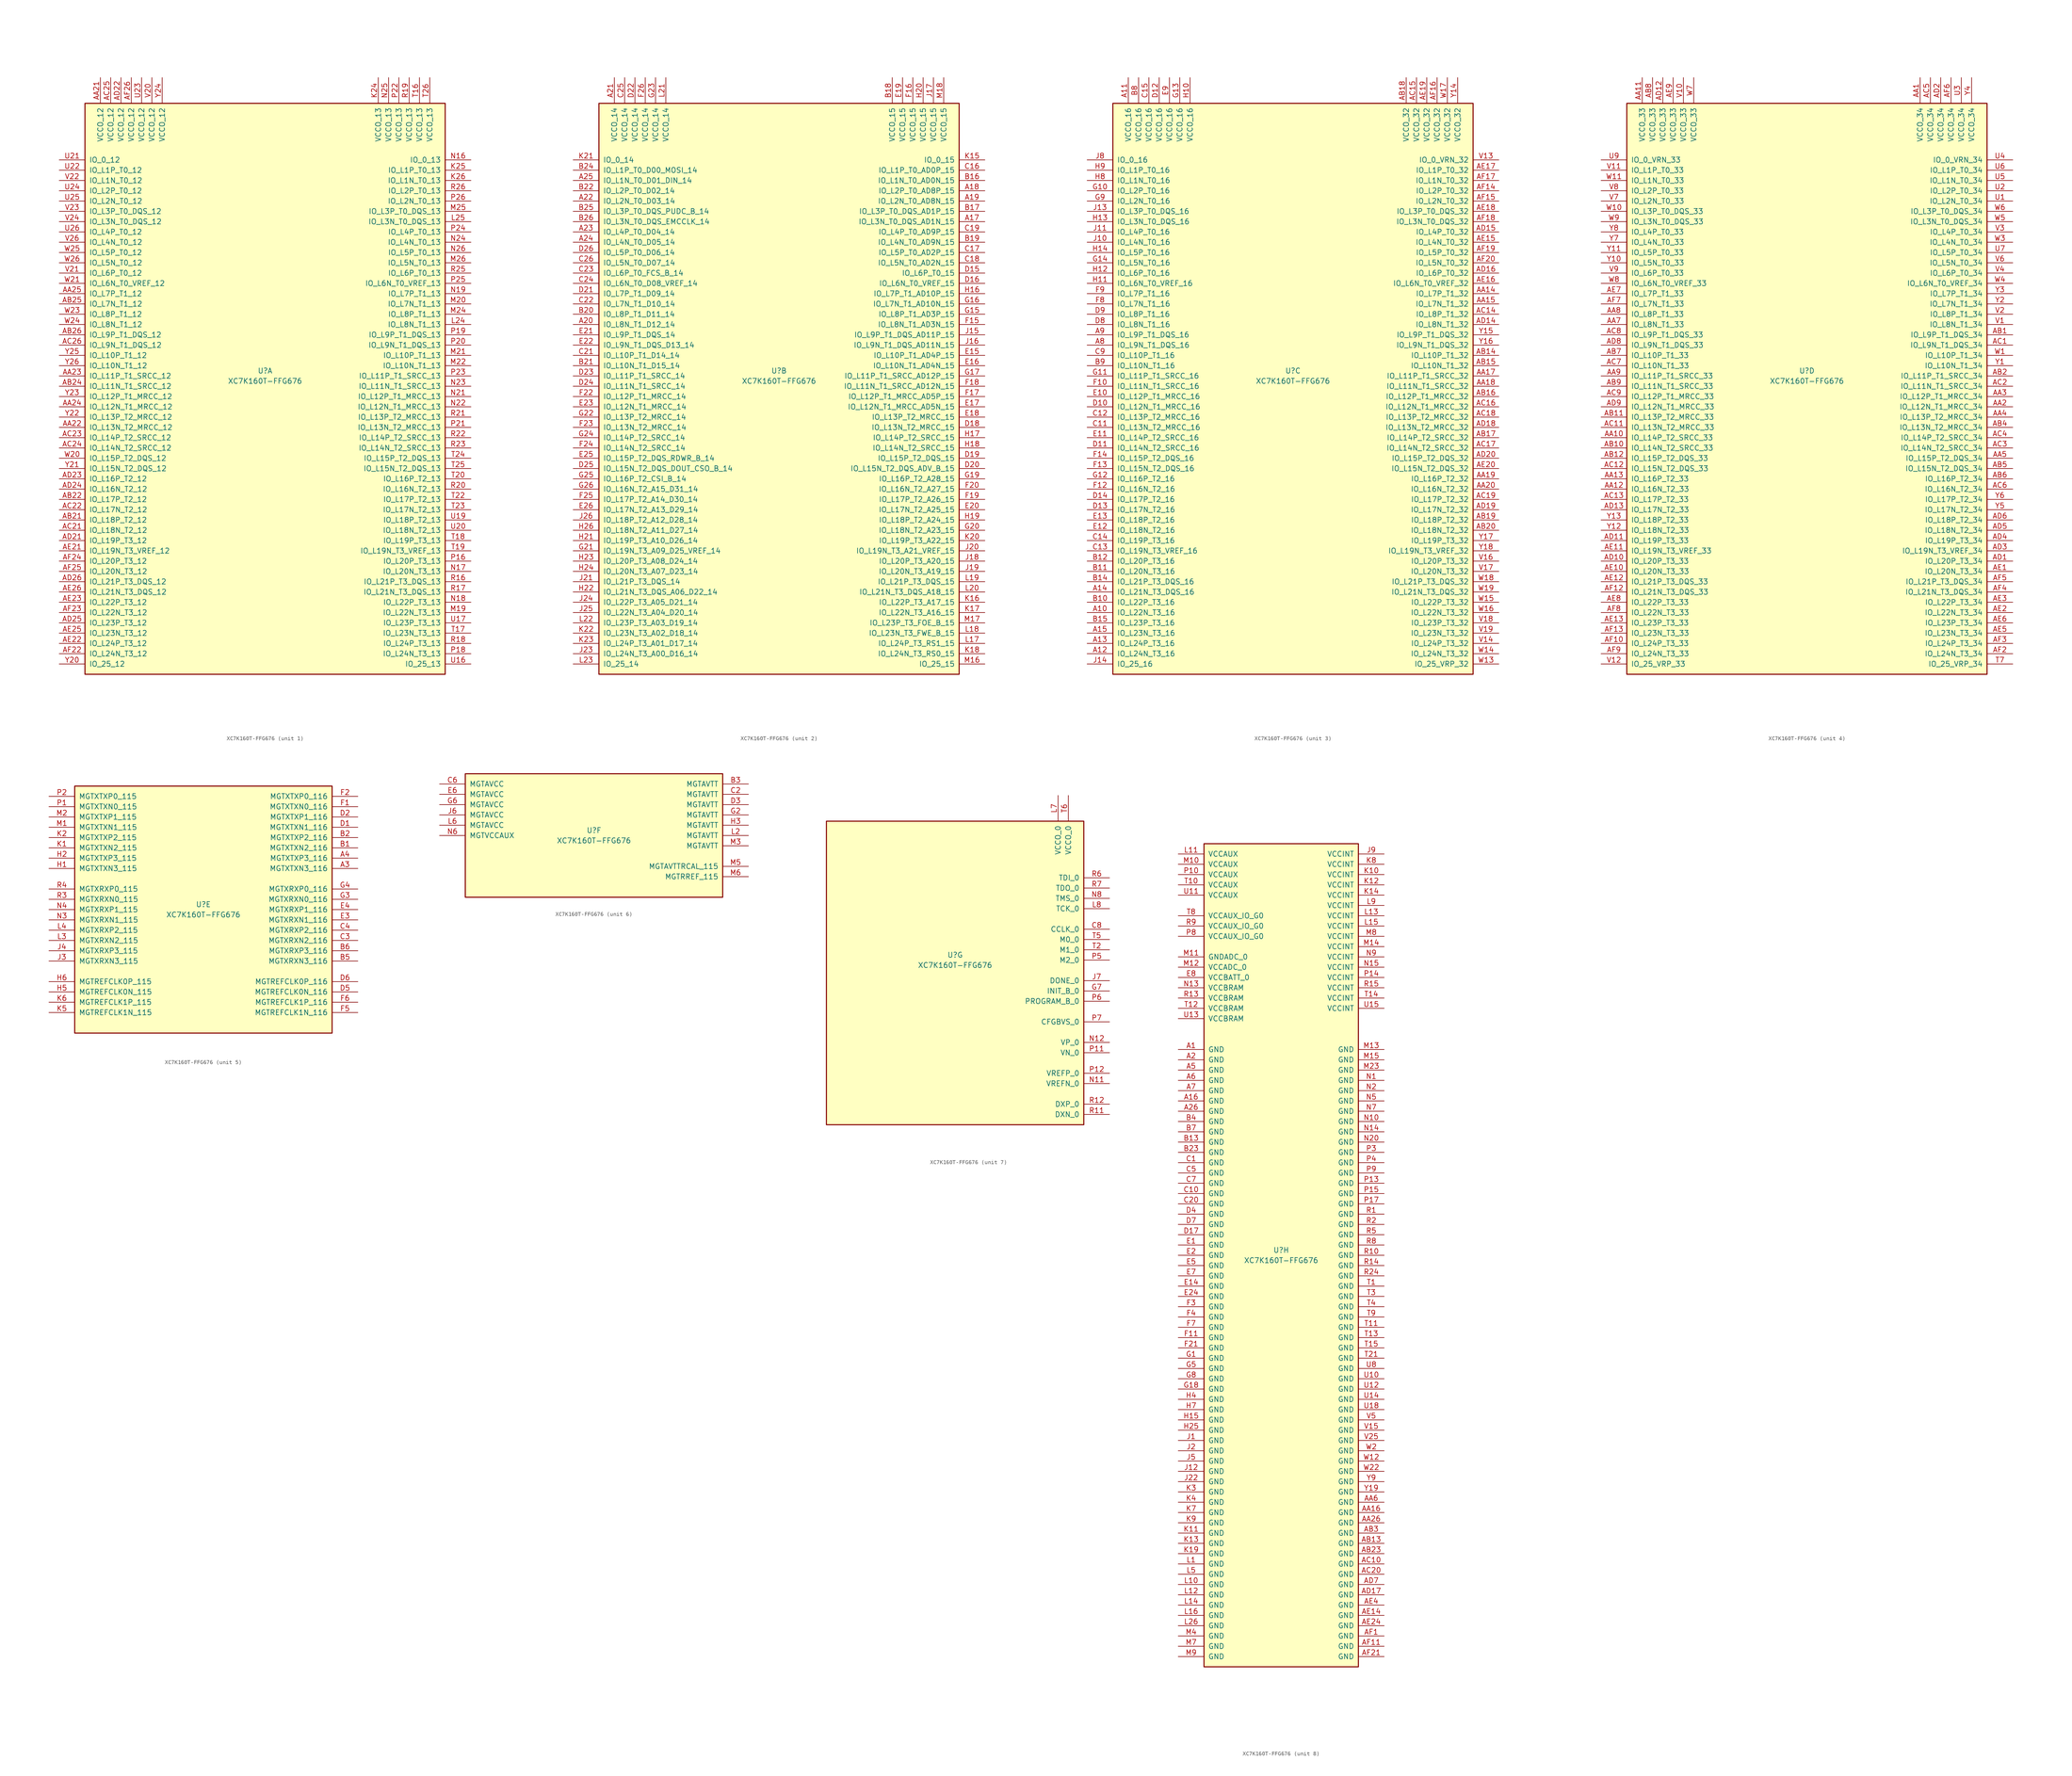
<source format=kicad_sym>
(kicad_symbol_lib
  (version 20201005)
  (generator kicad_symbol_editor)
  (symbol "XC7K160T-FFG676"
    (pin_names
      (offset 1.016))
    (property "Reference" "U"
      (at 0 1.27 0)
      (effects (font (size 1.27 1.27))))
    (property "Value" "XC7K160T-FFG676"
      (at 0 -1.27 0)
      (effects (font (size 1.27 1.27))))
    (property "Datasheet" ""
      (at 0 0 0)
      (effects (font (size 1.27 1.27))))
    (property "ki_locked" ""
      (at 0 0 0)
      (effects (font (size 1.27 1.27))))
    (symbol "XC7K160T-FFG676_1_1"
      (rectangle (start -44.45 67.31) (end 44.45 -73.66) (stroke (width 0.254)) (fill (type background)))
      (pin power_in line (at -40.64 73.66 270) (length 6.35) (name "VCCO_12" (effects (font (size 1.27 1.27)))) (number "AA21" (effects (font (size 1.27 1.27)))))
      (pin bidirectional line (at -50.8 -12.7 0) (length 6.35) (name "IO_L13N_T2_MRCC_12" (effects (font (size 1.27 1.27)))) (number "AA22" (effects (font (size 1.27 1.27)))))
      (pin bidirectional line (at -50.8 0 0) (length 6.35) (name "IO_L11P_T1_SRCC_12" (effects (font (size 1.27 1.27)))) (number "AA23" (effects (font (size 1.27 1.27)))))
      (pin bidirectional line (at -50.8 -7.62 0) (length 6.35) (name "IO_L12N_T1_MRCC_12" (effects (font (size 1.27 1.27)))) (number "AA24" (effects (font (size 1.27 1.27)))))
      (pin bidirectional line (at -50.8 20.32 0) (length 6.35) (name "IO_L7P_T1_12" (effects (font (size 1.27 1.27)))) (number "AA25" (effects (font (size 1.27 1.27)))))
      (pin bidirectional line (at -50.8 -35.56 0) (length 6.35) (name "IO_L18P_T2_12" (effects (font (size 1.27 1.27)))) (number "AB21" (effects (font (size 1.27 1.27)))))
      (pin bidirectional line (at -50.8 -30.48 0) (length 6.35) (name "IO_L17P_T2_12" (effects (font (size 1.27 1.27)))) (number "AB22" (effects (font (size 1.27 1.27)))))
      (pin bidirectional line (at -50.8 -2.54 0) (length 6.35) (name "IO_L11N_T1_SRCC_12" (effects (font (size 1.27 1.27)))) (number "AB24" (effects (font (size 1.27 1.27)))))
      (pin bidirectional line (at -50.8 17.78 0) (length 6.35) (name "IO_L7N_T1_12" (effects (font (size 1.27 1.27)))) (number "AB25" (effects (font (size 1.27 1.27)))))
      (pin bidirectional line (at -50.8 10.16 0) (length 6.35) (name "IO_L9P_T1_DQS_12" (effects (font (size 1.27 1.27)))) (number "AB26" (effects (font (size 1.27 1.27)))))
      (pin bidirectional line (at -50.8 -38.1 0) (length 6.35) (name "IO_L18N_T2_12" (effects (font (size 1.27 1.27)))) (number "AC21" (effects (font (size 1.27 1.27)))))
      (pin bidirectional line (at -50.8 -33.02 0) (length 6.35) (name "IO_L17N_T2_12" (effects (font (size 1.27 1.27)))) (number "AC22" (effects (font (size 1.27 1.27)))))
      (pin bidirectional line (at -50.8 -15.24 0) (length 6.35) (name "IO_L14P_T2_SRCC_12" (effects (font (size 1.27 1.27)))) (number "AC23" (effects (font (size 1.27 1.27)))))
      (pin bidirectional line (at -50.8 -17.78 0) (length 6.35) (name "IO_L14N_T2_SRCC_12" (effects (font (size 1.27 1.27)))) (number "AC24" (effects (font (size 1.27 1.27)))))
      (pin power_in line (at -38.1 73.66 270) (length 6.35) (name "VCCO_12" (effects (font (size 1.27 1.27)))) (number "AC25" (effects (font (size 1.27 1.27)))))
      (pin bidirectional line (at -50.8 7.62 0) (length 6.35) (name "IO_L9N_T1_DQS_12" (effects (font (size 1.27 1.27)))) (number "AC26" (effects (font (size 1.27 1.27)))))
      (pin bidirectional line (at -50.8 -40.64 0) (length 6.35) (name "IO_L19P_T3_12" (effects (font (size 1.27 1.27)))) (number "AD21" (effects (font (size 1.27 1.27)))))
      (pin power_in line (at -35.56 73.66 270) (length 6.35) (name "VCCO_12" (effects (font (size 1.27 1.27)))) (number "AD22" (effects (font (size 1.27 1.27)))))
      (pin bidirectional line (at -50.8 -25.4 0) (length 6.35) (name "IO_L16P_T2_12" (effects (font (size 1.27 1.27)))) (number "AD23" (effects (font (size 1.27 1.27)))))
      (pin bidirectional line (at -50.8 -27.94 0) (length 6.35) (name "IO_L16N_T2_12" (effects (font (size 1.27 1.27)))) (number "AD24" (effects (font (size 1.27 1.27)))))
      (pin bidirectional line (at -50.8 -60.96 0) (length 6.35) (name "IO_L23P_T3_12" (effects (font (size 1.27 1.27)))) (number "AD25" (effects (font (size 1.27 1.27)))))
      (pin bidirectional line (at -50.8 -50.8 0) (length 6.35) (name "IO_L21P_T3_DQS_12" (effects (font (size 1.27 1.27)))) (number "AD26" (effects (font (size 1.27 1.27)))))
      (pin bidirectional line (at -50.8 -43.18 0) (length 6.35) (name "IO_L19N_T3_VREF_12" (effects (font (size 1.27 1.27)))) (number "AE21" (effects (font (size 1.27 1.27)))))
      (pin bidirectional line (at -50.8 -66.04 0) (length 6.35) (name "IO_L24P_T3_12" (effects (font (size 1.27 1.27)))) (number "AE22" (effects (font (size 1.27 1.27)))))
      (pin bidirectional line (at -50.8 -55.88 0) (length 6.35) (name "IO_L22P_T3_12" (effects (font (size 1.27 1.27)))) (number "AE23" (effects (font (size 1.27 1.27)))))
      (pin bidirectional line (at -50.8 -63.5 0) (length 6.35) (name "IO_L23N_T3_12" (effects (font (size 1.27 1.27)))) (number "AE25" (effects (font (size 1.27 1.27)))))
      (pin bidirectional line (at -50.8 -53.34 0) (length 6.35) (name "IO_L21N_T3_DQS_12" (effects (font (size 1.27 1.27)))) (number "AE26" (effects (font (size 1.27 1.27)))))
      (pin bidirectional line (at -50.8 -68.58 0) (length 6.35) (name "IO_L24N_T3_12" (effects (font (size 1.27 1.27)))) (number "AF22" (effects (font (size 1.27 1.27)))))
      (pin bidirectional line (at -50.8 -58.42 0) (length 6.35) (name "IO_L22N_T3_12" (effects (font (size 1.27 1.27)))) (number "AF23" (effects (font (size 1.27 1.27)))))
      (pin bidirectional line (at -50.8 -45.72 0) (length 6.35) (name "IO_L20P_T3_12" (effects (font (size 1.27 1.27)))) (number "AF24" (effects (font (size 1.27 1.27)))))
      (pin bidirectional line (at -50.8 -48.26 0) (length 6.35) (name "IO_L20N_T3_12" (effects (font (size 1.27 1.27)))) (number "AF25" (effects (font (size 1.27 1.27)))))
      (pin power_in line (at -33.02 73.66 270) (length 6.35) (name "VCCO_12" (effects (font (size 1.27 1.27)))) (number "AF26" (effects (font (size 1.27 1.27)))))
      (pin power_in line (at 27.94 73.66 270) (length 6.35) (name "VCCO_13" (effects (font (size 1.27 1.27)))) (number "K24" (effects (font (size 1.27 1.27)))))
      (pin bidirectional line (at 50.8 50.8 180) (length 6.35) (name "IO_L1P_T0_13" (effects (font (size 1.27 1.27)))) (number "K25" (effects (font (size 1.27 1.27)))))
      (pin bidirectional line (at 50.8 48.26 180) (length 6.35) (name "IO_L1N_T0_13" (effects (font (size 1.27 1.27)))) (number "K26" (effects (font (size 1.27 1.27)))))
      (pin bidirectional line (at 50.8 12.7 180) (length 6.35) (name "IO_L8N_T1_13" (effects (font (size 1.27 1.27)))) (number "L24" (effects (font (size 1.27 1.27)))))
      (pin bidirectional line (at 50.8 38.1 180) (length 6.35) (name "IO_L3N_T0_DQS_13" (effects (font (size 1.27 1.27)))) (number "L25" (effects (font (size 1.27 1.27)))))
      (pin bidirectional line (at 50.8 -58.42 180) (length 6.35) (name "IO_L22N_T3_13" (effects (font (size 1.27 1.27)))) (number "M19" (effects (font (size 1.27 1.27)))))
      (pin bidirectional line (at 50.8 17.78 180) (length 6.35) (name "IO_L7N_T1_13" (effects (font (size 1.27 1.27)))) (number "M20" (effects (font (size 1.27 1.27)))))
      (pin bidirectional line (at 50.8 5.08 180) (length 6.35) (name "IO_L10P_T1_13" (effects (font (size 1.27 1.27)))) (number "M21" (effects (font (size 1.27 1.27)))))
      (pin bidirectional line (at 50.8 2.54 180) (length 6.35) (name "IO_L10N_T1_13" (effects (font (size 1.27 1.27)))) (number "M22" (effects (font (size 1.27 1.27)))))
      (pin bidirectional line (at 50.8 15.24 180) (length 6.35) (name "IO_L8P_T1_13" (effects (font (size 1.27 1.27)))) (number "M24" (effects (font (size 1.27 1.27)))))
      (pin bidirectional line (at 50.8 40.64 180) (length 6.35) (name "IO_L3P_T0_DQS_13" (effects (font (size 1.27 1.27)))) (number "M25" (effects (font (size 1.27 1.27)))))
      (pin bidirectional line (at 50.8 27.94 180) (length 6.35) (name "IO_L5N_T0_13" (effects (font (size 1.27 1.27)))) (number "M26" (effects (font (size 1.27 1.27)))))
      (pin bidirectional line (at 50.8 53.34 180) (length 6.35) (name "IO_0_13" (effects (font (size 1.27 1.27)))) (number "N16" (effects (font (size 1.27 1.27)))))
      (pin bidirectional line (at 50.8 -48.26 180) (length 6.35) (name "IO_L20N_T3_13" (effects (font (size 1.27 1.27)))) (number "N17" (effects (font (size 1.27 1.27)))))
      (pin bidirectional line (at 50.8 -55.88 180) (length 6.35) (name "IO_L22P_T3_13" (effects (font (size 1.27 1.27)))) (number "N18" (effects (font (size 1.27 1.27)))))
      (pin bidirectional line (at 50.8 20.32 180) (length 6.35) (name "IO_L7P_T1_13" (effects (font (size 1.27 1.27)))) (number "N19" (effects (font (size 1.27 1.27)))))
      (pin bidirectional line (at 50.8 -5.08 180) (length 6.35) (name "IO_L12P_T1_MRCC_13" (effects (font (size 1.27 1.27)))) (number "N21" (effects (font (size 1.27 1.27)))))
      (pin bidirectional line (at 50.8 -7.62 180) (length 6.35) (name "IO_L12N_T1_MRCC_13" (effects (font (size 1.27 1.27)))) (number "N22" (effects (font (size 1.27 1.27)))))
      (pin bidirectional line (at 50.8 -2.54 180) (length 6.35) (name "IO_L11N_T1_SRCC_13" (effects (font (size 1.27 1.27)))) (number "N23" (effects (font (size 1.27 1.27)))))
      (pin bidirectional line (at 50.8 33.02 180) (length 6.35) (name "IO_L4N_T0_13" (effects (font (size 1.27 1.27)))) (number "N24" (effects (font (size 1.27 1.27)))))
      (pin power_in line (at 30.48 73.66 270) (length 6.35) (name "VCCO_13" (effects (font (size 1.27 1.27)))) (number "N25" (effects (font (size 1.27 1.27)))))
      (pin bidirectional line (at 50.8 30.48 180) (length 6.35) (name "IO_L5P_T0_13" (effects (font (size 1.27 1.27)))) (number "N26" (effects (font (size 1.27 1.27)))))
      (pin bidirectional line (at 50.8 -45.72 180) (length 6.35) (name "IO_L20P_T3_13" (effects (font (size 1.27 1.27)))) (number "P16" (effects (font (size 1.27 1.27)))))
      (pin bidirectional line (at 50.8 -68.58 180) (length 6.35) (name "IO_L24N_T3_13" (effects (font (size 1.27 1.27)))) (number "P18" (effects (font (size 1.27 1.27)))))
      (pin bidirectional line (at 50.8 10.16 180) (length 6.35) (name "IO_L9P_T1_DQS_13" (effects (font (size 1.27 1.27)))) (number "P19" (effects (font (size 1.27 1.27)))))
      (pin bidirectional line (at 50.8 7.62 180) (length 6.35) (name "IO_L9N_T1_DQS_13" (effects (font (size 1.27 1.27)))) (number "P20" (effects (font (size 1.27 1.27)))))
      (pin bidirectional line (at 50.8 -12.7 180) (length 6.35) (name "IO_L13N_T2_MRCC_13" (effects (font (size 1.27 1.27)))) (number "P21" (effects (font (size 1.27 1.27)))))
      (pin power_in line (at 33.02 73.66 270) (length 6.35) (name "VCCO_13" (effects (font (size 1.27 1.27)))) (number "P22" (effects (font (size 1.27 1.27)))))
      (pin bidirectional line (at 50.8 0 180) (length 6.35) (name "IO_L11P_T1_SRCC_13" (effects (font (size 1.27 1.27)))) (number "P23" (effects (font (size 1.27 1.27)))))
      (pin bidirectional line (at 50.8 35.56 180) (length 6.35) (name "IO_L4P_T0_13" (effects (font (size 1.27 1.27)))) (number "P24" (effects (font (size 1.27 1.27)))))
      (pin bidirectional line (at 50.8 22.86 180) (length 6.35) (name "IO_L6N_T0_VREF_13" (effects (font (size 1.27 1.27)))) (number "P25" (effects (font (size 1.27 1.27)))))
      (pin bidirectional line (at 50.8 43.18 180) (length 6.35) (name "IO_L2N_T0_13" (effects (font (size 1.27 1.27)))) (number "P26" (effects (font (size 1.27 1.27)))))
      (pin bidirectional line (at 50.8 -50.8 180) (length 6.35) (name "IO_L21P_T3_DQS_13" (effects (font (size 1.27 1.27)))) (number "R16" (effects (font (size 1.27 1.27)))))
      (pin bidirectional line (at 50.8 -53.34 180) (length 6.35) (name "IO_L21N_T3_DQS_13" (effects (font (size 1.27 1.27)))) (number "R17" (effects (font (size 1.27 1.27)))))
      (pin bidirectional line (at 50.8 -66.04 180) (length 6.35) (name "IO_L24P_T3_13" (effects (font (size 1.27 1.27)))) (number "R18" (effects (font (size 1.27 1.27)))))
      (pin power_in line (at 35.56 73.66 270) (length 6.35) (name "VCCO_13" (effects (font (size 1.27 1.27)))) (number "R19" (effects (font (size 1.27 1.27)))))
      (pin bidirectional line (at 50.8 -27.94 180) (length 6.35) (name "IO_L16N_T2_13" (effects (font (size 1.27 1.27)))) (number "R20" (effects (font (size 1.27 1.27)))))
      (pin bidirectional line (at 50.8 -10.16 180) (length 6.35) (name "IO_L13P_T2_MRCC_13" (effects (font (size 1.27 1.27)))) (number "R21" (effects (font (size 1.27 1.27)))))
      (pin bidirectional line (at 50.8 -15.24 180) (length 6.35) (name "IO_L14P_T2_SRCC_13" (effects (font (size 1.27 1.27)))) (number "R22" (effects (font (size 1.27 1.27)))))
      (pin bidirectional line (at 50.8 -17.78 180) (length 6.35) (name "IO_L14N_T2_SRCC_13" (effects (font (size 1.27 1.27)))) (number "R23" (effects (font (size 1.27 1.27)))))
      (pin bidirectional line (at 50.8 25.4 180) (length 6.35) (name "IO_L6P_T0_13" (effects (font (size 1.27 1.27)))) (number "R25" (effects (font (size 1.27 1.27)))))
      (pin bidirectional line (at 50.8 45.72 180) (length 6.35) (name "IO_L2P_T0_13" (effects (font (size 1.27 1.27)))) (number "R26" (effects (font (size 1.27 1.27)))))
      (pin power_in line (at 38.1 73.66 270) (length 6.35) (name "VCCO_13" (effects (font (size 1.27 1.27)))) (number "T16" (effects (font (size 1.27 1.27)))))
      (pin bidirectional line (at 50.8 -63.5 180) (length 6.35) (name "IO_L23N_T3_13" (effects (font (size 1.27 1.27)))) (number "T17" (effects (font (size 1.27 1.27)))))
      (pin bidirectional line (at 50.8 -40.64 180) (length 6.35) (name "IO_L19P_T3_13" (effects (font (size 1.27 1.27)))) (number "T18" (effects (font (size 1.27 1.27)))))
      (pin bidirectional line (at 50.8 -43.18 180) (length 6.35) (name "IO_L19N_T3_VREF_13" (effects (font (size 1.27 1.27)))) (number "T19" (effects (font (size 1.27 1.27)))))
      (pin bidirectional line (at 50.8 -25.4 180) (length 6.35) (name "IO_L16P_T2_13" (effects (font (size 1.27 1.27)))) (number "T20" (effects (font (size 1.27 1.27)))))
      (pin bidirectional line (at 50.8 -30.48 180) (length 6.35) (name "IO_L17P_T2_13" (effects (font (size 1.27 1.27)))) (number "T22" (effects (font (size 1.27 1.27)))))
      (pin bidirectional line (at 50.8 -33.02 180) (length 6.35) (name "IO_L17N_T2_13" (effects (font (size 1.27 1.27)))) (number "T23" (effects (font (size 1.27 1.27)))))
      (pin bidirectional line (at 50.8 -20.32 180) (length 6.35) (name "IO_L15P_T2_DQS_13" (effects (font (size 1.27 1.27)))) (number "T24" (effects (font (size 1.27 1.27)))))
      (pin bidirectional line (at 50.8 -22.86 180) (length 6.35) (name "IO_L15N_T2_DQS_13" (effects (font (size 1.27 1.27)))) (number "T25" (effects (font (size 1.27 1.27)))))
      (pin power_in line (at 40.64 73.66 270) (length 6.35) (name "VCCO_13" (effects (font (size 1.27 1.27)))) (number "T26" (effects (font (size 1.27 1.27)))))
      (pin bidirectional line (at 50.8 -71.12 180) (length 6.35) (name "IO_25_13" (effects (font (size 1.27 1.27)))) (number "U16" (effects (font (size 1.27 1.27)))))
      (pin bidirectional line (at 50.8 -60.96 180) (length 6.35) (name "IO_L23P_T3_13" (effects (font (size 1.27 1.27)))) (number "U17" (effects (font (size 1.27 1.27)))))
      (pin bidirectional line (at 50.8 -35.56 180) (length 6.35) (name "IO_L18P_T2_13" (effects (font (size 1.27 1.27)))) (number "U19" (effects (font (size 1.27 1.27)))))
      (pin bidirectional line (at 50.8 -38.1 180) (length 6.35) (name "IO_L18N_T2_13" (effects (font (size 1.27 1.27)))) (number "U20" (effects (font (size 1.27 1.27)))))
      (pin bidirectional line (at -50.8 53.34 0) (length 6.35) (name "IO_0_12" (effects (font (size 1.27 1.27)))) (number "U21" (effects (font (size 1.27 1.27)))))
      (pin bidirectional line (at -50.8 50.8 0) (length 6.35) (name "IO_L1P_T0_12" (effects (font (size 1.27 1.27)))) (number "U22" (effects (font (size 1.27 1.27)))))
      (pin power_in line (at -30.48 73.66 270) (length 6.35) (name "VCCO_12" (effects (font (size 1.27 1.27)))) (number "U23" (effects (font (size 1.27 1.27)))))
      (pin bidirectional line (at -50.8 45.72 0) (length 6.35) (name "IO_L2P_T0_12" (effects (font (size 1.27 1.27)))) (number "U24" (effects (font (size 1.27 1.27)))))
      (pin bidirectional line (at -50.8 43.18 0) (length 6.35) (name "IO_L2N_T0_12" (effects (font (size 1.27 1.27)))) (number "U25" (effects (font (size 1.27 1.27)))))
      (pin bidirectional line (at -50.8 35.56 0) (length 6.35) (name "IO_L4P_T0_12" (effects (font (size 1.27 1.27)))) (number "U26" (effects (font (size 1.27 1.27)))))
      (pin power_in line (at -27.94 73.66 270) (length 6.35) (name "VCCO_12" (effects (font (size 1.27 1.27)))) (number "V20" (effects (font (size 1.27 1.27)))))
      (pin bidirectional line (at -50.8 25.4 0) (length 6.35) (name "IO_L6P_T0_12" (effects (font (size 1.27 1.27)))) (number "V21" (effects (font (size 1.27 1.27)))))
      (pin bidirectional line (at -50.8 48.26 0) (length 6.35) (name "IO_L1N_T0_12" (effects (font (size 1.27 1.27)))) (number "V22" (effects (font (size 1.27 1.27)))))
      (pin bidirectional line (at -50.8 40.64 0) (length 6.35) (name "IO_L3P_T0_DQS_12" (effects (font (size 1.27 1.27)))) (number "V23" (effects (font (size 1.27 1.27)))))
      (pin bidirectional line (at -50.8 38.1 0) (length 6.35) (name "IO_L3N_T0_DQS_12" (effects (font (size 1.27 1.27)))) (number "V24" (effects (font (size 1.27 1.27)))))
      (pin bidirectional line (at -50.8 33.02 0) (length 6.35) (name "IO_L4N_T0_12" (effects (font (size 1.27 1.27)))) (number "V26" (effects (font (size 1.27 1.27)))))
      (pin bidirectional line (at -50.8 -20.32 0) (length 6.35) (name "IO_L15P_T2_DQS_12" (effects (font (size 1.27 1.27)))) (number "W20" (effects (font (size 1.27 1.27)))))
      (pin bidirectional line (at -50.8 22.86 0) (length 6.35) (name "IO_L6N_T0_VREF_12" (effects (font (size 1.27 1.27)))) (number "W21" (effects (font (size 1.27 1.27)))))
      (pin bidirectional line (at -50.8 15.24 0) (length 6.35) (name "IO_L8P_T1_12" (effects (font (size 1.27 1.27)))) (number "W23" (effects (font (size 1.27 1.27)))))
      (pin bidirectional line (at -50.8 12.7 0) (length 6.35) (name "IO_L8N_T1_12" (effects (font (size 1.27 1.27)))) (number "W24" (effects (font (size 1.27 1.27)))))
      (pin bidirectional line (at -50.8 30.48 0) (length 6.35) (name "IO_L5P_T0_12" (effects (font (size 1.27 1.27)))) (number "W25" (effects (font (size 1.27 1.27)))))
      (pin bidirectional line (at -50.8 27.94 0) (length 6.35) (name "IO_L5N_T0_12" (effects (font (size 1.27 1.27)))) (number "W26" (effects (font (size 1.27 1.27)))))
      (pin bidirectional line (at -50.8 -71.12 0) (length 6.35) (name "IO_25_12" (effects (font (size 1.27 1.27)))) (number "Y20" (effects (font (size 1.27 1.27)))))
      (pin bidirectional line (at -50.8 -22.86 0) (length 6.35) (name "IO_L15N_T2_DQS_12" (effects (font (size 1.27 1.27)))) (number "Y21" (effects (font (size 1.27 1.27)))))
      (pin bidirectional line (at -50.8 -10.16 0) (length 6.35) (name "IO_L13P_T2_MRCC_12" (effects (font (size 1.27 1.27)))) (number "Y22" (effects (font (size 1.27 1.27)))))
      (pin bidirectional line (at -50.8 -5.08 0) (length 6.35) (name "IO_L12P_T1_MRCC_12" (effects (font (size 1.27 1.27)))) (number "Y23" (effects (font (size 1.27 1.27)))))
      (pin power_in line (at -25.4 73.66 270) (length 6.35) (name "VCCO_12" (effects (font (size 1.27 1.27)))) (number "Y24" (effects (font (size 1.27 1.27)))))
      (pin bidirectional line (at -50.8 5.08 0) (length 6.35) (name "IO_L10P_T1_12" (effects (font (size 1.27 1.27)))) (number "Y25" (effects (font (size 1.27 1.27)))))
      (pin bidirectional line (at -50.8 2.54 0) (length 6.35) (name "IO_L10N_T1_12" (effects (font (size 1.27 1.27)))) (number "Y26" (effects (font (size 1.27 1.27))))))
    (symbol "XC7K160T-FFG676_2_1"
      (rectangle (start -44.45 67.31) (end 44.45 -73.66) (stroke (width 0.254)) (fill (type background)))
      (pin bidirectional line (at 50.8 38.1 180) (length 6.35) (name "IO_L3N_T0_DQS_AD1N_15" (effects (font (size 1.27 1.27)))) (number "A17" (effects (font (size 1.27 1.27)))))
      (pin bidirectional line (at 50.8 45.72 180) (length 6.35) (name "IO_L2P_T0_AD8P_15" (effects (font (size 1.27 1.27)))) (number "A18" (effects (font (size 1.27 1.27)))))
      (pin bidirectional line (at 50.8 43.18 180) (length 6.35) (name "IO_L2N_T0_AD8N_15" (effects (font (size 1.27 1.27)))) (number "A19" (effects (font (size 1.27 1.27)))))
      (pin bidirectional line (at -50.8 12.7 0) (length 6.35) (name "IO_L8N_T1_D12_14" (effects (font (size 1.27 1.27)))) (number "A20" (effects (font (size 1.27 1.27)))))
      (pin power_in line (at -40.64 73.66 270) (length 6.35) (name "VCCO_14" (effects (font (size 1.27 1.27)))) (number "A21" (effects (font (size 1.27 1.27)))))
      (pin bidirectional line (at -50.8 43.18 0) (length 6.35) (name "IO_L2N_T0_D03_14" (effects (font (size 1.27 1.27)))) (number "A22" (effects (font (size 1.27 1.27)))))
      (pin bidirectional line (at -50.8 35.56 0) (length 6.35) (name "IO_L4P_T0_D04_14" (effects (font (size 1.27 1.27)))) (number "A23" (effects (font (size 1.27 1.27)))))
      (pin bidirectional line (at -50.8 33.02 0) (length 6.35) (name "IO_L4N_T0_D05_14" (effects (font (size 1.27 1.27)))) (number "A24" (effects (font (size 1.27 1.27)))))
      (pin bidirectional line (at -50.8 48.26 0) (length 6.35) (name "IO_L1N_T0_D01_DIN_14" (effects (font (size 1.27 1.27)))) (number "A25" (effects (font (size 1.27 1.27)))))
      (pin bidirectional line (at 50.8 48.26 180) (length 6.35) (name "IO_L1N_T0_AD0N_15" (effects (font (size 1.27 1.27)))) (number "B16" (effects (font (size 1.27 1.27)))))
      (pin bidirectional line (at 50.8 40.64 180) (length 6.35) (name "IO_L3P_T0_DQS_AD1P_15" (effects (font (size 1.27 1.27)))) (number "B17" (effects (font (size 1.27 1.27)))))
      (pin power_in line (at 27.94 73.66 270) (length 6.35) (name "VCCO_15" (effects (font (size 1.27 1.27)))) (number "B18" (effects (font (size 1.27 1.27)))))
      (pin bidirectional line (at 50.8 33.02 180) (length 6.35) (name "IO_L4N_T0_AD9N_15" (effects (font (size 1.27 1.27)))) (number "B19" (effects (font (size 1.27 1.27)))))
      (pin bidirectional line (at -50.8 15.24 0) (length 6.35) (name "IO_L8P_T1_D11_14" (effects (font (size 1.27 1.27)))) (number "B20" (effects (font (size 1.27 1.27)))))
      (pin bidirectional line (at -50.8 2.54 0) (length 6.35) (name "IO_L10N_T1_D15_14" (effects (font (size 1.27 1.27)))) (number "B21" (effects (font (size 1.27 1.27)))))
      (pin bidirectional line (at -50.8 45.72 0) (length 6.35) (name "IO_L2P_T0_D02_14" (effects (font (size 1.27 1.27)))) (number "B22" (effects (font (size 1.27 1.27)))))
      (pin bidirectional line (at -50.8 50.8 0) (length 6.35) (name "IO_L1P_T0_D00_MOSI_14" (effects (font (size 1.27 1.27)))) (number "B24" (effects (font (size 1.27 1.27)))))
      (pin bidirectional line (at -50.8 40.64 0) (length 6.35) (name "IO_L3P_T0_DQS_PUDC_B_14" (effects (font (size 1.27 1.27)))) (number "B25" (effects (font (size 1.27 1.27)))))
      (pin bidirectional line (at -50.8 38.1 0) (length 6.35) (name "IO_L3N_T0_DQS_EMCCLK_14" (effects (font (size 1.27 1.27)))) (number "B26" (effects (font (size 1.27 1.27)))))
      (pin bidirectional line (at 50.8 50.8 180) (length 6.35) (name "IO_L1P_T0_AD0P_15" (effects (font (size 1.27 1.27)))) (number "C16" (effects (font (size 1.27 1.27)))))
      (pin bidirectional line (at 50.8 30.48 180) (length 6.35) (name "IO_L5P_T0_AD2P_15" (effects (font (size 1.27 1.27)))) (number "C17" (effects (font (size 1.27 1.27)))))
      (pin bidirectional line (at 50.8 27.94 180) (length 6.35) (name "IO_L5N_T0_AD2N_15" (effects (font (size 1.27 1.27)))) (number "C18" (effects (font (size 1.27 1.27)))))
      (pin bidirectional line (at 50.8 35.56 180) (length 6.35) (name "IO_L4P_T0_AD9P_15" (effects (font (size 1.27 1.27)))) (number "C19" (effects (font (size 1.27 1.27)))))
      (pin bidirectional line (at -50.8 5.08 0) (length 6.35) (name "IO_L10P_T1_D14_14" (effects (font (size 1.27 1.27)))) (number "C21" (effects (font (size 1.27 1.27)))))
      (pin bidirectional line (at -50.8 17.78 0) (length 6.35) (name "IO_L7N_T1_D10_14" (effects (font (size 1.27 1.27)))) (number "C22" (effects (font (size 1.27 1.27)))))
      (pin bidirectional line (at -50.8 25.4 0) (length 6.35) (name "IO_L6P_T0_FCS_B_14" (effects (font (size 1.27 1.27)))) (number "C23" (effects (font (size 1.27 1.27)))))
      (pin bidirectional line (at -50.8 22.86 0) (length 6.35) (name "IO_L6N_T0_D08_VREF_14" (effects (font (size 1.27 1.27)))) (number "C24" (effects (font (size 1.27 1.27)))))
      (pin power_in line (at -38.1 73.66 270) (length 6.35) (name "VCCO_14" (effects (font (size 1.27 1.27)))) (number "C25" (effects (font (size 1.27 1.27)))))
      (pin bidirectional line (at -50.8 27.94 0) (length 6.35) (name "IO_L5N_T0_D07_14" (effects (font (size 1.27 1.27)))) (number "C26" (effects (font (size 1.27 1.27)))))
      (pin bidirectional line (at 50.8 25.4 180) (length 6.35) (name "IO_L6P_T0_15" (effects (font (size 1.27 1.27)))) (number "D15" (effects (font (size 1.27 1.27)))))
      (pin bidirectional line (at 50.8 22.86 180) (length 6.35) (name "IO_L6N_T0_VREF_15" (effects (font (size 1.27 1.27)))) (number "D16" (effects (font (size 1.27 1.27)))))
      (pin bidirectional line (at 50.8 -12.7 180) (length 6.35) (name "IO_L13N_T2_MRCC_15" (effects (font (size 1.27 1.27)))) (number "D18" (effects (font (size 1.27 1.27)))))
      (pin bidirectional line (at 50.8 -20.32 180) (length 6.35) (name "IO_L15P_T2_DQS_15" (effects (font (size 1.27 1.27)))) (number "D19" (effects (font (size 1.27 1.27)))))
      (pin bidirectional line (at 50.8 -22.86 180) (length 6.35) (name "IO_L15N_T2_DQS_ADV_B_15" (effects (font (size 1.27 1.27)))) (number "D20" (effects (font (size 1.27 1.27)))))
      (pin bidirectional line (at -50.8 20.32 0) (length 6.35) (name "IO_L7P_T1_D09_14" (effects (font (size 1.27 1.27)))) (number "D21" (effects (font (size 1.27 1.27)))))
      (pin power_in line (at -35.56 73.66 270) (length 6.35) (name "VCCO_14" (effects (font (size 1.27 1.27)))) (number "D22" (effects (font (size 1.27 1.27)))))
      (pin bidirectional line (at -50.8 0 0) (length 6.35) (name "IO_L11P_T1_SRCC_14" (effects (font (size 1.27 1.27)))) (number "D23" (effects (font (size 1.27 1.27)))))
      (pin bidirectional line (at -50.8 -2.54 0) (length 6.35) (name "IO_L11N_T1_SRCC_14" (effects (font (size 1.27 1.27)))) (number "D24" (effects (font (size 1.27 1.27)))))
      (pin bidirectional line (at -50.8 -22.86 0) (length 6.35) (name "IO_L15N_T2_DQS_DOUT_CSO_B_14" (effects (font (size 1.27 1.27)))) (number "D25" (effects (font (size 1.27 1.27)))))
      (pin bidirectional line (at -50.8 30.48 0) (length 6.35) (name "IO_L5P_T0_D06_14" (effects (font (size 1.27 1.27)))) (number "D26" (effects (font (size 1.27 1.27)))))
      (pin bidirectional line (at 50.8 5.08 180) (length 6.35) (name "IO_L10P_T1_AD4P_15" (effects (font (size 1.27 1.27)))) (number "E15" (effects (font (size 1.27 1.27)))))
      (pin bidirectional line (at 50.8 2.54 180) (length 6.35) (name "IO_L10N_T1_AD4N_15" (effects (font (size 1.27 1.27)))) (number "E16" (effects (font (size 1.27 1.27)))))
      (pin bidirectional line (at 50.8 -7.62 180) (length 6.35) (name "IO_L12N_T1_MRCC_AD5N_15" (effects (font (size 1.27 1.27)))) (number "E17" (effects (font (size 1.27 1.27)))))
      (pin bidirectional line (at 50.8 -10.16 180) (length 6.35) (name "IO_L13P_T2_MRCC_15" (effects (font (size 1.27 1.27)))) (number "E18" (effects (font (size 1.27 1.27)))))
      (pin power_in line (at 30.48 73.66 270) (length 6.35) (name "VCCO_15" (effects (font (size 1.27 1.27)))) (number "E19" (effects (font (size 1.27 1.27)))))
      (pin bidirectional line (at 50.8 -33.02 180) (length 6.35) (name "IO_L17N_T2_A25_15" (effects (font (size 1.27 1.27)))) (number "E20" (effects (font (size 1.27 1.27)))))
      (pin bidirectional line (at -50.8 10.16 0) (length 6.35) (name "IO_L9P_T1_DQS_14" (effects (font (size 1.27 1.27)))) (number "E21" (effects (font (size 1.27 1.27)))))
      (pin bidirectional line (at -50.8 7.62 0) (length 6.35) (name "IO_L9N_T1_DQS_D13_14" (effects (font (size 1.27 1.27)))) (number "E22" (effects (font (size 1.27 1.27)))))
      (pin bidirectional line (at -50.8 -7.62 0) (length 6.35) (name "IO_L12N_T1_MRCC_14" (effects (font (size 1.27 1.27)))) (number "E23" (effects (font (size 1.27 1.27)))))
      (pin bidirectional line (at -50.8 -20.32 0) (length 6.35) (name "IO_L15P_T2_DQS_RDWR_B_14" (effects (font (size 1.27 1.27)))) (number "E25" (effects (font (size 1.27 1.27)))))
      (pin bidirectional line (at -50.8 -33.02 0) (length 6.35) (name "IO_L17N_T2_A13_D29_14" (effects (font (size 1.27 1.27)))) (number "E26" (effects (font (size 1.27 1.27)))))
      (pin bidirectional line (at 50.8 12.7 180) (length 6.35) (name "IO_L8N_T1_AD3N_15" (effects (font (size 1.27 1.27)))) (number "F15" (effects (font (size 1.27 1.27)))))
      (pin power_in line (at 33.02 73.66 270) (length 6.35) (name "VCCO_15" (effects (font (size 1.27 1.27)))) (number "F16" (effects (font (size 1.27 1.27)))))
      (pin bidirectional line (at 50.8 -5.08 180) (length 6.35) (name "IO_L12P_T1_MRCC_AD5P_15" (effects (font (size 1.27 1.27)))) (number "F17" (effects (font (size 1.27 1.27)))))
      (pin bidirectional line (at 50.8 -2.54 180) (length 6.35) (name "IO_L11N_T1_SRCC_AD12N_15" (effects (font (size 1.27 1.27)))) (number "F18" (effects (font (size 1.27 1.27)))))
      (pin bidirectional line (at 50.8 -30.48 180) (length 6.35) (name "IO_L17P_T2_A26_15" (effects (font (size 1.27 1.27)))) (number "F19" (effects (font (size 1.27 1.27)))))
      (pin bidirectional line (at 50.8 -27.94 180) (length 6.35) (name "IO_L16N_T2_A27_15" (effects (font (size 1.27 1.27)))) (number "F20" (effects (font (size 1.27 1.27)))))
      (pin bidirectional line (at -50.8 -5.08 0) (length 6.35) (name "IO_L12P_T1_MRCC_14" (effects (font (size 1.27 1.27)))) (number "F22" (effects (font (size 1.27 1.27)))))
      (pin bidirectional line (at -50.8 -12.7 0) (length 6.35) (name "IO_L13N_T2_MRCC_14" (effects (font (size 1.27 1.27)))) (number "F23" (effects (font (size 1.27 1.27)))))
      (pin bidirectional line (at -50.8 -17.78 0) (length 6.35) (name "IO_L14N_T2_SRCC_14" (effects (font (size 1.27 1.27)))) (number "F24" (effects (font (size 1.27 1.27)))))
      (pin bidirectional line (at -50.8 -30.48 0) (length 6.35) (name "IO_L17P_T2_A14_D30_14" (effects (font (size 1.27 1.27)))) (number "F25" (effects (font (size 1.27 1.27)))))
      (pin power_in line (at -33.02 73.66 270) (length 6.35) (name "VCCO_14" (effects (font (size 1.27 1.27)))) (number "F26" (effects (font (size 1.27 1.27)))))
      (pin bidirectional line (at 50.8 15.24 180) (length 6.35) (name "IO_L8P_T1_AD3P_15" (effects (font (size 1.27 1.27)))) (number "G15" (effects (font (size 1.27 1.27)))))
      (pin bidirectional line (at 50.8 17.78 180) (length 6.35) (name "IO_L7N_T1_AD10N_15" (effects (font (size 1.27 1.27)))) (number "G16" (effects (font (size 1.27 1.27)))))
      (pin bidirectional line (at 50.8 0 180) (length 6.35) (name "IO_L11P_T1_SRCC_AD12P_15" (effects (font (size 1.27 1.27)))) (number "G17" (effects (font (size 1.27 1.27)))))
      (pin bidirectional line (at 50.8 -25.4 180) (length 6.35) (name "IO_L16P_T2_A28_15" (effects (font (size 1.27 1.27)))) (number "G19" (effects (font (size 1.27 1.27)))))
      (pin bidirectional line (at 50.8 -38.1 180) (length 6.35) (name "IO_L18N_T2_A23_15" (effects (font (size 1.27 1.27)))) (number "G20" (effects (font (size 1.27 1.27)))))
      (pin bidirectional line (at -50.8 -43.18 0) (length 6.35) (name "IO_L19N_T3_A09_D25_VREF_14" (effects (font (size 1.27 1.27)))) (number "G21" (effects (font (size 1.27 1.27)))))
      (pin bidirectional line (at -50.8 -10.16 0) (length 6.35) (name "IO_L13P_T2_MRCC_14" (effects (font (size 1.27 1.27)))) (number "G22" (effects (font (size 1.27 1.27)))))
      (pin power_in line (at -30.48 73.66 270) (length 6.35) (name "VCCO_14" (effects (font (size 1.27 1.27)))) (number "G23" (effects (font (size 1.27 1.27)))))
      (pin bidirectional line (at -50.8 -15.24 0) (length 6.35) (name "IO_L14P_T2_SRCC_14" (effects (font (size 1.27 1.27)))) (number "G24" (effects (font (size 1.27 1.27)))))
      (pin bidirectional line (at -50.8 -25.4 0) (length 6.35) (name "IO_L16P_T2_CSI_B_14" (effects (font (size 1.27 1.27)))) (number "G25" (effects (font (size 1.27 1.27)))))
      (pin bidirectional line (at -50.8 -27.94 0) (length 6.35) (name "IO_L16N_T2_A15_D31_14" (effects (font (size 1.27 1.27)))) (number "G26" (effects (font (size 1.27 1.27)))))
      (pin bidirectional line (at 50.8 20.32 180) (length 6.35) (name "IO_L7P_T1_AD10P_15" (effects (font (size 1.27 1.27)))) (number "H16" (effects (font (size 1.27 1.27)))))
      (pin bidirectional line (at 50.8 -15.24 180) (length 6.35) (name "IO_L14P_T2_SRCC_15" (effects (font (size 1.27 1.27)))) (number "H17" (effects (font (size 1.27 1.27)))))
      (pin bidirectional line (at 50.8 -17.78 180) (length 6.35) (name "IO_L14N_T2_SRCC_15" (effects (font (size 1.27 1.27)))) (number "H18" (effects (font (size 1.27 1.27)))))
      (pin bidirectional line (at 50.8 -35.56 180) (length 6.35) (name "IO_L18P_T2_A24_15" (effects (font (size 1.27 1.27)))) (number "H19" (effects (font (size 1.27 1.27)))))
      (pin power_in line (at 35.56 73.66 270) (length 6.35) (name "VCCO_15" (effects (font (size 1.27 1.27)))) (number "H20" (effects (font (size 1.27 1.27)))))
      (pin bidirectional line (at -50.8 -40.64 0) (length 6.35) (name "IO_L19P_T3_A10_D26_14" (effects (font (size 1.27 1.27)))) (number "H21" (effects (font (size 1.27 1.27)))))
      (pin bidirectional line (at -50.8 -53.34 0) (length 6.35) (name "IO_L21N_T3_DQS_A06_D22_14" (effects (font (size 1.27 1.27)))) (number "H22" (effects (font (size 1.27 1.27)))))
      (pin bidirectional line (at -50.8 -45.72 0) (length 6.35) (name "IO_L20P_T3_A08_D24_14" (effects (font (size 1.27 1.27)))) (number "H23" (effects (font (size 1.27 1.27)))))
      (pin bidirectional line (at -50.8 -48.26 0) (length 6.35) (name "IO_L20N_T3_A07_D23_14" (effects (font (size 1.27 1.27)))) (number "H24" (effects (font (size 1.27 1.27)))))
      (pin bidirectional line (at -50.8 -38.1 0) (length 6.35) (name "IO_L18N_T2_A11_D27_14" (effects (font (size 1.27 1.27)))) (number "H26" (effects (font (size 1.27 1.27)))))
      (pin bidirectional line (at 50.8 10.16 180) (length 6.35) (name "IO_L9P_T1_DQS_AD11P_15" (effects (font (size 1.27 1.27)))) (number "J15" (effects (font (size 1.27 1.27)))))
      (pin bidirectional line (at 50.8 7.62 180) (length 6.35) (name "IO_L9N_T1_DQS_AD11N_15" (effects (font (size 1.27 1.27)))) (number "J16" (effects (font (size 1.27 1.27)))))
      (pin power_in line (at 38.1 73.66 270) (length 6.35) (name "VCCO_15" (effects (font (size 1.27 1.27)))) (number "J17" (effects (font (size 1.27 1.27)))))
      (pin bidirectional line (at 50.8 -45.72 180) (length 6.35) (name "IO_L20P_T3_A20_15" (effects (font (size 1.27 1.27)))) (number "J18" (effects (font (size 1.27 1.27)))))
      (pin bidirectional line (at 50.8 -48.26 180) (length 6.35) (name "IO_L20N_T3_A19_15" (effects (font (size 1.27 1.27)))) (number "J19" (effects (font (size 1.27 1.27)))))
      (pin bidirectional line (at 50.8 -43.18 180) (length 6.35) (name "IO_L19N_T3_A21_VREF_15" (effects (font (size 1.27 1.27)))) (number "J20" (effects (font (size 1.27 1.27)))))
      (pin bidirectional line (at -50.8 -50.8 0) (length 6.35) (name "IO_L21P_T3_DQS_14" (effects (font (size 1.27 1.27)))) (number "J21" (effects (font (size 1.27 1.27)))))
      (pin bidirectional line (at -50.8 -68.58 0) (length 6.35) (name "IO_L24N_T3_A00_D16_14" (effects (font (size 1.27 1.27)))) (number "J23" (effects (font (size 1.27 1.27)))))
      (pin bidirectional line (at -50.8 -55.88 0) (length 6.35) (name "IO_L22P_T3_A05_D21_14" (effects (font (size 1.27 1.27)))) (number "J24" (effects (font (size 1.27 1.27)))))
      (pin bidirectional line (at -50.8 -58.42 0) (length 6.35) (name "IO_L22N_T3_A04_D20_14" (effects (font (size 1.27 1.27)))) (number "J25" (effects (font (size 1.27 1.27)))))
      (pin bidirectional line (at -50.8 -35.56 0) (length 6.35) (name "IO_L18P_T2_A12_D28_14" (effects (font (size 1.27 1.27)))) (number "J26" (effects (font (size 1.27 1.27)))))
      (pin bidirectional line (at 50.8 53.34 180) (length 6.35) (name "IO_0_15" (effects (font (size 1.27 1.27)))) (number "K15" (effects (font (size 1.27 1.27)))))
      (pin bidirectional line (at 50.8 -55.88 180) (length 6.35) (name "IO_L22P_T3_A17_15" (effects (font (size 1.27 1.27)))) (number "K16" (effects (font (size 1.27 1.27)))))
      (pin bidirectional line (at 50.8 -58.42 180) (length 6.35) (name "IO_L22N_T3_A16_15" (effects (font (size 1.27 1.27)))) (number "K17" (effects (font (size 1.27 1.27)))))
      (pin bidirectional line (at 50.8 -68.58 180) (length 6.35) (name "IO_L24N_T3_RS0_15" (effects (font (size 1.27 1.27)))) (number "K18" (effects (font (size 1.27 1.27)))))
      (pin bidirectional line (at 50.8 -40.64 180) (length 6.35) (name "IO_L19P_T3_A22_15" (effects (font (size 1.27 1.27)))) (number "K20" (effects (font (size 1.27 1.27)))))
      (pin bidirectional line (at -50.8 53.34 0) (length 6.35) (name "IO_0_14" (effects (font (size 1.27 1.27)))) (number "K21" (effects (font (size 1.27 1.27)))))
      (pin bidirectional line (at -50.8 -63.5 0) (length 6.35) (name "IO_L23N_T3_A02_D18_14" (effects (font (size 1.27 1.27)))) (number "K22" (effects (font (size 1.27 1.27)))))
      (pin bidirectional line (at -50.8 -66.04 0) (length 6.35) (name "IO_L24P_T3_A01_D17_14" (effects (font (size 1.27 1.27)))) (number "K23" (effects (font (size 1.27 1.27)))))
      (pin bidirectional line (at 50.8 -66.04 180) (length 6.35) (name "IO_L24P_T3_RS1_15" (effects (font (size 1.27 1.27)))) (number "L17" (effects (font (size 1.27 1.27)))))
      (pin bidirectional line (at 50.8 -63.5 180) (length 6.35) (name "IO_L23N_T3_FWE_B_15" (effects (font (size 1.27 1.27)))) (number "L18" (effects (font (size 1.27 1.27)))))
      (pin bidirectional line (at 50.8 -50.8 180) (length 6.35) (name "IO_L21P_T3_DQS_15" (effects (font (size 1.27 1.27)))) (number "L19" (effects (font (size 1.27 1.27)))))
      (pin bidirectional line (at 50.8 -53.34 180) (length 6.35) (name "IO_L21N_T3_DQS_A18_15" (effects (font (size 1.27 1.27)))) (number "L20" (effects (font (size 1.27 1.27)))))
      (pin power_in line (at -27.94 73.66 270) (length 6.35) (name "VCCO_14" (effects (font (size 1.27 1.27)))) (number "L21" (effects (font (size 1.27 1.27)))))
      (pin bidirectional line (at -50.8 -60.96 0) (length 6.35) (name "IO_L23P_T3_A03_D19_14" (effects (font (size 1.27 1.27)))) (number "L22" (effects (font (size 1.27 1.27)))))
      (pin bidirectional line (at -50.8 -71.12 0) (length 6.35) (name "IO_25_14" (effects (font (size 1.27 1.27)))) (number "L23" (effects (font (size 1.27 1.27)))))
      (pin bidirectional line (at 50.8 -71.12 180) (length 6.35) (name "IO_25_15" (effects (font (size 1.27 1.27)))) (number "M16" (effects (font (size 1.27 1.27)))))
      (pin bidirectional line (at 50.8 -60.96 180) (length 6.35) (name "IO_L23P_T3_FOE_B_15" (effects (font (size 1.27 1.27)))) (number "M17" (effects (font (size 1.27 1.27)))))
      (pin power_in line (at 40.64 73.66 270) (length 6.35) (name "VCCO_15" (effects (font (size 1.27 1.27)))) (number "M18" (effects (font (size 1.27 1.27))))))
    (symbol "XC7K160T-FFG676_3_1"
      (rectangle (start -44.45 67.31) (end 44.45 -73.66) (stroke (width 0.254)) (fill (type background)))
      (pin bidirectional line (at -50.8 -58.42 0) (length 6.35) (name "IO_L22N_T3_16" (effects (font (size 1.27 1.27)))) (number "A10" (effects (font (size 1.27 1.27)))))
      (pin power_in line (at -40.64 73.66 270) (length 6.35) (name "VCCO_16" (effects (font (size 1.27 1.27)))) (number "A11" (effects (font (size 1.27 1.27)))))
      (pin bidirectional line (at -50.8 -68.58 0) (length 6.35) (name "IO_L24N_T3_16" (effects (font (size 1.27 1.27)))) (number "A12" (effects (font (size 1.27 1.27)))))
      (pin bidirectional line (at -50.8 -66.04 0) (length 6.35) (name "IO_L24P_T3_16" (effects (font (size 1.27 1.27)))) (number "A13" (effects (font (size 1.27 1.27)))))
      (pin bidirectional line (at -50.8 -53.34 0) (length 6.35) (name "IO_L21N_T3_DQS_16" (effects (font (size 1.27 1.27)))) (number "A14" (effects (font (size 1.27 1.27)))))
      (pin bidirectional line (at -50.8 -63.5 0) (length 6.35) (name "IO_L23N_T3_16" (effects (font (size 1.27 1.27)))) (number "A15" (effects (font (size 1.27 1.27)))))
      (pin bidirectional line (at -50.8 7.62 0) (length 6.35) (name "IO_L9N_T1_DQS_16" (effects (font (size 1.27 1.27)))) (number "A8" (effects (font (size 1.27 1.27)))))
      (pin bidirectional line (at -50.8 10.16 0) (length 6.35) (name "IO_L9P_T1_DQS_16" (effects (font (size 1.27 1.27)))) (number "A9" (effects (font (size 1.27 1.27)))))
      (pin bidirectional line (at 50.8 20.32 180) (length 6.35) (name "IO_L7P_T1_32" (effects (font (size 1.27 1.27)))) (number "AA14" (effects (font (size 1.27 1.27)))))
      (pin bidirectional line (at 50.8 17.78 180) (length 6.35) (name "IO_L7N_T1_32" (effects (font (size 1.27 1.27)))) (number "AA15" (effects (font (size 1.27 1.27)))))
      (pin bidirectional line (at 50.8 0 180) (length 6.35) (name "IO_L11P_T1_SRCC_32" (effects (font (size 1.27 1.27)))) (number "AA17" (effects (font (size 1.27 1.27)))))
      (pin bidirectional line (at 50.8 -2.54 180) (length 6.35) (name "IO_L11N_T1_SRCC_32" (effects (font (size 1.27 1.27)))) (number "AA18" (effects (font (size 1.27 1.27)))))
      (pin bidirectional line (at 50.8 -25.4 180) (length 6.35) (name "IO_L16P_T2_32" (effects (font (size 1.27 1.27)))) (number "AA19" (effects (font (size 1.27 1.27)))))
      (pin bidirectional line (at 50.8 -27.94 180) (length 6.35) (name "IO_L16N_T2_32" (effects (font (size 1.27 1.27)))) (number "AA20" (effects (font (size 1.27 1.27)))))
      (pin bidirectional line (at 50.8 5.08 180) (length 6.35) (name "IO_L10P_T1_32" (effects (font (size 1.27 1.27)))) (number "AB14" (effects (font (size 1.27 1.27)))))
      (pin bidirectional line (at 50.8 2.54 180) (length 6.35) (name "IO_L10N_T1_32" (effects (font (size 1.27 1.27)))) (number "AB15" (effects (font (size 1.27 1.27)))))
      (pin bidirectional line (at 50.8 -5.08 180) (length 6.35) (name "IO_L12P_T1_MRCC_32" (effects (font (size 1.27 1.27)))) (number "AB16" (effects (font (size 1.27 1.27)))))
      (pin bidirectional line (at 50.8 -15.24 180) (length 6.35) (name "IO_L14P_T2_SRCC_32" (effects (font (size 1.27 1.27)))) (number "AB17" (effects (font (size 1.27 1.27)))))
      (pin power_in line (at 27.94 73.66 270) (length 6.35) (name "VCCO_32" (effects (font (size 1.27 1.27)))) (number "AB18" (effects (font (size 1.27 1.27)))))
      (pin bidirectional line (at 50.8 -35.56 180) (length 6.35) (name "IO_L18P_T2_32" (effects (font (size 1.27 1.27)))) (number "AB19" (effects (font (size 1.27 1.27)))))
      (pin bidirectional line (at 50.8 -38.1 180) (length 6.35) (name "IO_L18N_T2_32" (effects (font (size 1.27 1.27)))) (number "AB20" (effects (font (size 1.27 1.27)))))
      (pin bidirectional line (at 50.8 15.24 180) (length 6.35) (name "IO_L8P_T1_32" (effects (font (size 1.27 1.27)))) (number "AC14" (effects (font (size 1.27 1.27)))))
      (pin power_in line (at 30.48 73.66 270) (length 6.35) (name "VCCO_32" (effects (font (size 1.27 1.27)))) (number "AC15" (effects (font (size 1.27 1.27)))))
      (pin bidirectional line (at 50.8 -7.62 180) (length 6.35) (name "IO_L12N_T1_MRCC_32" (effects (font (size 1.27 1.27)))) (number "AC16" (effects (font (size 1.27 1.27)))))
      (pin bidirectional line (at 50.8 -17.78 180) (length 6.35) (name "IO_L14N_T2_SRCC_32" (effects (font (size 1.27 1.27)))) (number "AC17" (effects (font (size 1.27 1.27)))))
      (pin bidirectional line (at 50.8 -10.16 180) (length 6.35) (name "IO_L13P_T2_MRCC_32" (effects (font (size 1.27 1.27)))) (number "AC18" (effects (font (size 1.27 1.27)))))
      (pin bidirectional line (at 50.8 -30.48 180) (length 6.35) (name "IO_L17P_T2_32" (effects (font (size 1.27 1.27)))) (number "AC19" (effects (font (size 1.27 1.27)))))
      (pin bidirectional line (at 50.8 12.7 180) (length 6.35) (name "IO_L8N_T1_32" (effects (font (size 1.27 1.27)))) (number "AD14" (effects (font (size 1.27 1.27)))))
      (pin bidirectional line (at 50.8 35.56 180) (length 6.35) (name "IO_L4P_T0_32" (effects (font (size 1.27 1.27)))) (number "AD15" (effects (font (size 1.27 1.27)))))
      (pin bidirectional line (at 50.8 25.4 180) (length 6.35) (name "IO_L6P_T0_32" (effects (font (size 1.27 1.27)))) (number "AD16" (effects (font (size 1.27 1.27)))))
      (pin bidirectional line (at 50.8 -12.7 180) (length 6.35) (name "IO_L13N_T2_MRCC_32" (effects (font (size 1.27 1.27)))) (number "AD18" (effects (font (size 1.27 1.27)))))
      (pin bidirectional line (at 50.8 -33.02 180) (length 6.35) (name "IO_L17N_T2_32" (effects (font (size 1.27 1.27)))) (number "AD19" (effects (font (size 1.27 1.27)))))
      (pin bidirectional line (at 50.8 -20.32 180) (length 6.35) (name "IO_L15P_T2_DQS_32" (effects (font (size 1.27 1.27)))) (number "AD20" (effects (font (size 1.27 1.27)))))
      (pin bidirectional line (at 50.8 33.02 180) (length 6.35) (name "IO_L4N_T0_32" (effects (font (size 1.27 1.27)))) (number "AE15" (effects (font (size 1.27 1.27)))))
      (pin bidirectional line (at 50.8 22.86 180) (length 6.35) (name "IO_L6N_T0_VREF_32" (effects (font (size 1.27 1.27)))) (number "AE16" (effects (font (size 1.27 1.27)))))
      (pin bidirectional line (at 50.8 50.8 180) (length 6.35) (name "IO_L1P_T0_32" (effects (font (size 1.27 1.27)))) (number "AE17" (effects (font (size 1.27 1.27)))))
      (pin bidirectional line (at 50.8 40.64 180) (length 6.35) (name "IO_L3P_T0_DQS_32" (effects (font (size 1.27 1.27)))) (number "AE18" (effects (font (size 1.27 1.27)))))
      (pin power_in line (at 33.02 73.66 270) (length 6.35) (name "VCCO_32" (effects (font (size 1.27 1.27)))) (number "AE19" (effects (font (size 1.27 1.27)))))
      (pin bidirectional line (at 50.8 -22.86 180) (length 6.35) (name "IO_L15N_T2_DQS_32" (effects (font (size 1.27 1.27)))) (number "AE20" (effects (font (size 1.27 1.27)))))
      (pin bidirectional line (at 50.8 45.72 180) (length 6.35) (name "IO_L2P_T0_32" (effects (font (size 1.27 1.27)))) (number "AF14" (effects (font (size 1.27 1.27)))))
      (pin bidirectional line (at 50.8 43.18 180) (length 6.35) (name "IO_L2N_T0_32" (effects (font (size 1.27 1.27)))) (number "AF15" (effects (font (size 1.27 1.27)))))
      (pin power_in line (at 35.56 73.66 270) (length 6.35) (name "VCCO_32" (effects (font (size 1.27 1.27)))) (number "AF16" (effects (font (size 1.27 1.27)))))
      (pin bidirectional line (at 50.8 48.26 180) (length 6.35) (name "IO_L1N_T0_32" (effects (font (size 1.27 1.27)))) (number "AF17" (effects (font (size 1.27 1.27)))))
      (pin bidirectional line (at 50.8 38.1 180) (length 6.35) (name "IO_L3N_T0_DQS_32" (effects (font (size 1.27 1.27)))) (number "AF18" (effects (font (size 1.27 1.27)))))
      (pin bidirectional line (at 50.8 30.48 180) (length 6.35) (name "IO_L5P_T0_32" (effects (font (size 1.27 1.27)))) (number "AF19" (effects (font (size 1.27 1.27)))))
      (pin bidirectional line (at 50.8 27.94 180) (length 6.35) (name "IO_L5N_T0_32" (effects (font (size 1.27 1.27)))) (number "AF20" (effects (font (size 1.27 1.27)))))
      (pin bidirectional line (at -50.8 -55.88 0) (length 6.35) (name "IO_L22P_T3_16" (effects (font (size 1.27 1.27)))) (number "B10" (effects (font (size 1.27 1.27)))))
      (pin bidirectional line (at -50.8 -48.26 0) (length 6.35) (name "IO_L20N_T3_16" (effects (font (size 1.27 1.27)))) (number "B11" (effects (font (size 1.27 1.27)))))
      (pin bidirectional line (at -50.8 -45.72 0) (length 6.35) (name "IO_L20P_T3_16" (effects (font (size 1.27 1.27)))) (number "B12" (effects (font (size 1.27 1.27)))))
      (pin bidirectional line (at -50.8 -50.8 0) (length 6.35) (name "IO_L21P_T3_DQS_16" (effects (font (size 1.27 1.27)))) (number "B14" (effects (font (size 1.27 1.27)))))
      (pin bidirectional line (at -50.8 -60.96 0) (length 6.35) (name "IO_L23P_T3_16" (effects (font (size 1.27 1.27)))) (number "B15" (effects (font (size 1.27 1.27)))))
      (pin power_in line (at -38.1 73.66 270) (length 6.35) (name "VCCO_16" (effects (font (size 1.27 1.27)))) (number "B8" (effects (font (size 1.27 1.27)))))
      (pin bidirectional line (at -50.8 2.54 0) (length 6.35) (name "IO_L10N_T1_16" (effects (font (size 1.27 1.27)))) (number "B9" (effects (font (size 1.27 1.27)))))
      (pin bidirectional line (at -50.8 -12.7 0) (length 6.35) (name "IO_L13N_T2_MRCC_16" (effects (font (size 1.27 1.27)))) (number "C11" (effects (font (size 1.27 1.27)))))
      (pin bidirectional line (at -50.8 -10.16 0) (length 6.35) (name "IO_L13P_T2_MRCC_16" (effects (font (size 1.27 1.27)))) (number "C12" (effects (font (size 1.27 1.27)))))
      (pin bidirectional line (at -50.8 -43.18 0) (length 6.35) (name "IO_L19N_T3_VREF_16" (effects (font (size 1.27 1.27)))) (number "C13" (effects (font (size 1.27 1.27)))))
      (pin bidirectional line (at -50.8 -40.64 0) (length 6.35) (name "IO_L19P_T3_16" (effects (font (size 1.27 1.27)))) (number "C14" (effects (font (size 1.27 1.27)))))
      (pin power_in line (at -35.56 73.66 270) (length 6.35) (name "VCCO_16" (effects (font (size 1.27 1.27)))) (number "C15" (effects (font (size 1.27 1.27)))))
      (pin bidirectional line (at -50.8 5.08 0) (length 6.35) (name "IO_L10P_T1_16" (effects (font (size 1.27 1.27)))) (number "C9" (effects (font (size 1.27 1.27)))))
      (pin bidirectional line (at -50.8 -7.62 0) (length 6.35) (name "IO_L12N_T1_MRCC_16" (effects (font (size 1.27 1.27)))) (number "D10" (effects (font (size 1.27 1.27)))))
      (pin bidirectional line (at -50.8 -17.78 0) (length 6.35) (name "IO_L14N_T2_SRCC_16" (effects (font (size 1.27 1.27)))) (number "D11" (effects (font (size 1.27 1.27)))))
      (pin power_in line (at -33.02 73.66 270) (length 6.35) (name "VCCO_16" (effects (font (size 1.27 1.27)))) (number "D12" (effects (font (size 1.27 1.27)))))
      (pin bidirectional line (at -50.8 -33.02 0) (length 6.35) (name "IO_L17N_T2_16" (effects (font (size 1.27 1.27)))) (number "D13" (effects (font (size 1.27 1.27)))))
      (pin bidirectional line (at -50.8 -30.48 0) (length 6.35) (name "IO_L17P_T2_16" (effects (font (size 1.27 1.27)))) (number "D14" (effects (font (size 1.27 1.27)))))
      (pin bidirectional line (at -50.8 12.7 0) (length 6.35) (name "IO_L8N_T1_16" (effects (font (size 1.27 1.27)))) (number "D8" (effects (font (size 1.27 1.27)))))
      (pin bidirectional line (at -50.8 15.24 0) (length 6.35) (name "IO_L8P_T1_16" (effects (font (size 1.27 1.27)))) (number "D9" (effects (font (size 1.27 1.27)))))
      (pin bidirectional line (at -50.8 -5.08 0) (length 6.35) (name "IO_L12P_T1_MRCC_16" (effects (font (size 1.27 1.27)))) (number "E10" (effects (font (size 1.27 1.27)))))
      (pin bidirectional line (at -50.8 -15.24 0) (length 6.35) (name "IO_L14P_T2_SRCC_16" (effects (font (size 1.27 1.27)))) (number "E11" (effects (font (size 1.27 1.27)))))
      (pin bidirectional line (at -50.8 -38.1 0) (length 6.35) (name "IO_L18N_T2_16" (effects (font (size 1.27 1.27)))) (number "E12" (effects (font (size 1.27 1.27)))))
      (pin bidirectional line (at -50.8 -35.56 0) (length 6.35) (name "IO_L18P_T2_16" (effects (font (size 1.27 1.27)))) (number "E13" (effects (font (size 1.27 1.27)))))
      (pin power_in line (at -30.48 73.66 270) (length 6.35) (name "VCCO_16" (effects (font (size 1.27 1.27)))) (number "E9" (effects (font (size 1.27 1.27)))))
      (pin bidirectional line (at -50.8 -2.54 0) (length 6.35) (name "IO_L11N_T1_SRCC_16" (effects (font (size 1.27 1.27)))) (number "F10" (effects (font (size 1.27 1.27)))))
      (pin bidirectional line (at -50.8 -27.94 0) (length 6.35) (name "IO_L16N_T2_16" (effects (font (size 1.27 1.27)))) (number "F12" (effects (font (size 1.27 1.27)))))
      (pin bidirectional line (at -50.8 -22.86 0) (length 6.35) (name "IO_L15N_T2_DQS_16" (effects (font (size 1.27 1.27)))) (number "F13" (effects (font (size 1.27 1.27)))))
      (pin bidirectional line (at -50.8 -20.32 0) (length 6.35) (name "IO_L15P_T2_DQS_16" (effects (font (size 1.27 1.27)))) (number "F14" (effects (font (size 1.27 1.27)))))
      (pin bidirectional line (at -50.8 17.78 0) (length 6.35) (name "IO_L7N_T1_16" (effects (font (size 1.27 1.27)))) (number "F8" (effects (font (size 1.27 1.27)))))
      (pin bidirectional line (at -50.8 20.32 0) (length 6.35) (name "IO_L7P_T1_16" (effects (font (size 1.27 1.27)))) (number "F9" (effects (font (size 1.27 1.27)))))
      (pin bidirectional line (at -50.8 45.72 0) (length 6.35) (name "IO_L2P_T0_16" (effects (font (size 1.27 1.27)))) (number "G10" (effects (font (size 1.27 1.27)))))
      (pin bidirectional line (at -50.8 0 0) (length 6.35) (name "IO_L11P_T1_SRCC_16" (effects (font (size 1.27 1.27)))) (number "G11" (effects (font (size 1.27 1.27)))))
      (pin bidirectional line (at -50.8 -25.4 0) (length 6.35) (name "IO_L16P_T2_16" (effects (font (size 1.27 1.27)))) (number "G12" (effects (font (size 1.27 1.27)))))
      (pin power_in line (at -27.94 73.66 270) (length 6.35) (name "VCCO_16" (effects (font (size 1.27 1.27)))) (number "G13" (effects (font (size 1.27 1.27)))))
      (pin bidirectional line (at -50.8 27.94 0) (length 6.35) (name "IO_L5N_T0_16" (effects (font (size 1.27 1.27)))) (number "G14" (effects (font (size 1.27 1.27)))))
      (pin bidirectional line (at -50.8 43.18 0) (length 6.35) (name "IO_L2N_T0_16" (effects (font (size 1.27 1.27)))) (number "G9" (effects (font (size 1.27 1.27)))))
      (pin power_in line (at -25.4 73.66 270) (length 6.35) (name "VCCO_16" (effects (font (size 1.27 1.27)))) (number "H10" (effects (font (size 1.27 1.27)))))
      (pin bidirectional line (at -50.8 22.86 0) (length 6.35) (name "IO_L6N_T0_VREF_16" (effects (font (size 1.27 1.27)))) (number "H11" (effects (font (size 1.27 1.27)))))
      (pin bidirectional line (at -50.8 25.4 0) (length 6.35) (name "IO_L6P_T0_16" (effects (font (size 1.27 1.27)))) (number "H12" (effects (font (size 1.27 1.27)))))
      (pin bidirectional line (at -50.8 38.1 0) (length 6.35) (name "IO_L3N_T0_DQS_16" (effects (font (size 1.27 1.27)))) (number "H13" (effects (font (size 1.27 1.27)))))
      (pin bidirectional line (at -50.8 30.48 0) (length 6.35) (name "IO_L5P_T0_16" (effects (font (size 1.27 1.27)))) (number "H14" (effects (font (size 1.27 1.27)))))
      (pin bidirectional line (at -50.8 48.26 0) (length 6.35) (name "IO_L1N_T0_16" (effects (font (size 1.27 1.27)))) (number "H8" (effects (font (size 1.27 1.27)))))
      (pin bidirectional line (at -50.8 50.8 0) (length 6.35) (name "IO_L1P_T0_16" (effects (font (size 1.27 1.27)))) (number "H9" (effects (font (size 1.27 1.27)))))
      (pin bidirectional line (at -50.8 33.02 0) (length 6.35) (name "IO_L4N_T0_16" (effects (font (size 1.27 1.27)))) (number "J10" (effects (font (size 1.27 1.27)))))
      (pin bidirectional line (at -50.8 35.56 0) (length 6.35) (name "IO_L4P_T0_16" (effects (font (size 1.27 1.27)))) (number "J11" (effects (font (size 1.27 1.27)))))
      (pin bidirectional line (at -50.8 40.64 0) (length 6.35) (name "IO_L3P_T0_DQS_16" (effects (font (size 1.27 1.27)))) (number "J13" (effects (font (size 1.27 1.27)))))
      (pin bidirectional line (at -50.8 -71.12 0) (length 6.35) (name "IO_25_16" (effects (font (size 1.27 1.27)))) (number "J14" (effects (font (size 1.27 1.27)))))
      (pin bidirectional line (at -50.8 53.34 0) (length 6.35) (name "IO_0_16" (effects (font (size 1.27 1.27)))) (number "J8" (effects (font (size 1.27 1.27)))))
      (pin bidirectional line (at 50.8 53.34 180) (length 6.35) (name "IO_0_VRN_32" (effects (font (size 1.27 1.27)))) (number "V13" (effects (font (size 1.27 1.27)))))
      (pin bidirectional line (at 50.8 -66.04 180) (length 6.35) (name "IO_L24P_T3_32" (effects (font (size 1.27 1.27)))) (number "V14" (effects (font (size 1.27 1.27)))))
      (pin bidirectional line (at 50.8 -45.72 180) (length 6.35) (name "IO_L20P_T3_32" (effects (font (size 1.27 1.27)))) (number "V16" (effects (font (size 1.27 1.27)))))
      (pin bidirectional line (at 50.8 -48.26 180) (length 6.35) (name "IO_L20N_T3_32" (effects (font (size 1.27 1.27)))) (number "V17" (effects (font (size 1.27 1.27)))))
      (pin bidirectional line (at 50.8 -60.96 180) (length 6.35) (name "IO_L23P_T3_32" (effects (font (size 1.27 1.27)))) (number "V18" (effects (font (size 1.27 1.27)))))
      (pin bidirectional line (at 50.8 -63.5 180) (length 6.35) (name "IO_L23N_T3_32" (effects (font (size 1.27 1.27)))) (number "V19" (effects (font (size 1.27 1.27)))))
      (pin bidirectional line (at 50.8 -71.12 180) (length 6.35) (name "IO_25_VRP_32" (effects (font (size 1.27 1.27)))) (number "W13" (effects (font (size 1.27 1.27)))))
      (pin bidirectional line (at 50.8 -68.58 180) (length 6.35) (name "IO_L24N_T3_32" (effects (font (size 1.27 1.27)))) (number "W14" (effects (font (size 1.27 1.27)))))
      (pin bidirectional line (at 50.8 -55.88 180) (length 6.35) (name "IO_L22P_T3_32" (effects (font (size 1.27 1.27)))) (number "W15" (effects (font (size 1.27 1.27)))))
      (pin bidirectional line (at 50.8 -58.42 180) (length 6.35) (name "IO_L22N_T3_32" (effects (font (size 1.27 1.27)))) (number "W16" (effects (font (size 1.27 1.27)))))
      (pin power_in line (at 38.1 73.66 270) (length 6.35) (name "VCCO_32" (effects (font (size 1.27 1.27)))) (number "W17" (effects (font (size 1.27 1.27)))))
      (pin bidirectional line (at 50.8 -50.8 180) (length 6.35) (name "IO_L21P_T3_DQS_32" (effects (font (size 1.27 1.27)))) (number "W18" (effects (font (size 1.27 1.27)))))
      (pin bidirectional line (at 50.8 -53.34 180) (length 6.35) (name "IO_L21N_T3_DQS_32" (effects (font (size 1.27 1.27)))) (number "W19" (effects (font (size 1.27 1.27)))))
      (pin power_in line (at 40.64 73.66 270) (length 6.35) (name "VCCO_32" (effects (font (size 1.27 1.27)))) (number "Y14" (effects (font (size 1.27 1.27)))))
      (pin bidirectional line (at 50.8 10.16 180) (length 6.35) (name "IO_L9P_T1_DQS_32" (effects (font (size 1.27 1.27)))) (number "Y15" (effects (font (size 1.27 1.27)))))
      (pin bidirectional line (at 50.8 7.62 180) (length 6.35) (name "IO_L9N_T1_DQS_32" (effects (font (size 1.27 1.27)))) (number "Y16" (effects (font (size 1.27 1.27)))))
      (pin bidirectional line (at 50.8 -40.64 180) (length 6.35) (name "IO_L19P_T3_32" (effects (font (size 1.27 1.27)))) (number "Y17" (effects (font (size 1.27 1.27)))))
      (pin bidirectional line (at 50.8 -43.18 180) (length 6.35) (name "IO_L19N_T3_VREF_32" (effects (font (size 1.27 1.27)))) (number "Y18" (effects (font (size 1.27 1.27))))))
    (symbol "XC7K160T-FFG676_4_1"
      (rectangle (start -44.45 67.31) (end 44.45 -73.66) (stroke (width 0.254)) (fill (type background)))
      (pin power_in line (at 27.94 73.66 270) (length 6.35) (name "VCCO_34" (effects (font (size 1.27 1.27)))) (number "AA1" (effects (font (size 1.27 1.27)))))
      (pin bidirectional line (at -50.8 -15.24 0) (length 6.35) (name "IO_L14P_T2_SRCC_33" (effects (font (size 1.27 1.27)))) (number "AA10" (effects (font (size 1.27 1.27)))))
      (pin power_in line (at -40.64 73.66 270) (length 6.35) (name "VCCO_33" (effects (font (size 1.27 1.27)))) (number "AA11" (effects (font (size 1.27 1.27)))))
      (pin bidirectional line (at -50.8 -27.94 0) (length 6.35) (name "IO_L16N_T2_33" (effects (font (size 1.27 1.27)))) (number "AA12" (effects (font (size 1.27 1.27)))))
      (pin bidirectional line (at -50.8 -25.4 0) (length 6.35) (name "IO_L16P_T2_33" (effects (font (size 1.27 1.27)))) (number "AA13" (effects (font (size 1.27 1.27)))))
      (pin bidirectional line (at 50.8 -7.62 180) (length 6.35) (name "IO_L12N_T1_MRCC_34" (effects (font (size 1.27 1.27)))) (number "AA2" (effects (font (size 1.27 1.27)))))
      (pin bidirectional line (at 50.8 -5.08 180) (length 6.35) (name "IO_L12P_T1_MRCC_34" (effects (font (size 1.27 1.27)))) (number "AA3" (effects (font (size 1.27 1.27)))))
      (pin bidirectional line (at 50.8 -10.16 180) (length 6.35) (name "IO_L13P_T2_MRCC_34" (effects (font (size 1.27 1.27)))) (number "AA4" (effects (font (size 1.27 1.27)))))
      (pin bidirectional line (at 50.8 -20.32 180) (length 6.35) (name "IO_L15P_T2_DQS_34" (effects (font (size 1.27 1.27)))) (number "AA5" (effects (font (size 1.27 1.27)))))
      (pin bidirectional line (at -50.8 12.7 0) (length 6.35) (name "IO_L8N_T1_33" (effects (font (size 1.27 1.27)))) (number "AA7" (effects (font (size 1.27 1.27)))))
      (pin bidirectional line (at -50.8 15.24 0) (length 6.35) (name "IO_L8P_T1_33" (effects (font (size 1.27 1.27)))) (number "AA8" (effects (font (size 1.27 1.27)))))
      (pin bidirectional line (at -50.8 0 0) (length 6.35) (name "IO_L11P_T1_SRCC_33" (effects (font (size 1.27 1.27)))) (number "AA9" (effects (font (size 1.27 1.27)))))
      (pin bidirectional line (at 50.8 10.16 180) (length 6.35) (name "IO_L9P_T1_DQS_34" (effects (font (size 1.27 1.27)))) (number "AB1" (effects (font (size 1.27 1.27)))))
      (pin bidirectional line (at -50.8 -17.78 0) (length 6.35) (name "IO_L14N_T2_SRCC_33" (effects (font (size 1.27 1.27)))) (number "AB10" (effects (font (size 1.27 1.27)))))
      (pin bidirectional line (at -50.8 -10.16 0) (length 6.35) (name "IO_L13P_T2_MRCC_33" (effects (font (size 1.27 1.27)))) (number "AB11" (effects (font (size 1.27 1.27)))))
      (pin bidirectional line (at -50.8 -20.32 0) (length 6.35) (name "IO_L15P_T2_DQS_33" (effects (font (size 1.27 1.27)))) (number "AB12" (effects (font (size 1.27 1.27)))))
      (pin bidirectional line (at 50.8 0 180) (length 6.35) (name "IO_L11P_T1_SRCC_34" (effects (font (size 1.27 1.27)))) (number "AB2" (effects (font (size 1.27 1.27)))))
      (pin bidirectional line (at 50.8 -12.7 180) (length 6.35) (name "IO_L13N_T2_MRCC_34" (effects (font (size 1.27 1.27)))) (number "AB4" (effects (font (size 1.27 1.27)))))
      (pin bidirectional line (at 50.8 -22.86 180) (length 6.35) (name "IO_L15N_T2_DQS_34" (effects (font (size 1.27 1.27)))) (number "AB5" (effects (font (size 1.27 1.27)))))
      (pin bidirectional line (at 50.8 -25.4 180) (length 6.35) (name "IO_L16P_T2_34" (effects (font (size 1.27 1.27)))) (number "AB6" (effects (font (size 1.27 1.27)))))
      (pin bidirectional line (at -50.8 5.08 0) (length 6.35) (name "IO_L10P_T1_33" (effects (font (size 1.27 1.27)))) (number "AB7" (effects (font (size 1.27 1.27)))))
      (pin power_in line (at -38.1 73.66 270) (length 6.35) (name "VCCO_33" (effects (font (size 1.27 1.27)))) (number "AB8" (effects (font (size 1.27 1.27)))))
      (pin bidirectional line (at -50.8 -2.54 0) (length 6.35) (name "IO_L11N_T1_SRCC_33" (effects (font (size 1.27 1.27)))) (number "AB9" (effects (font (size 1.27 1.27)))))
      (pin bidirectional line (at 50.8 7.62 180) (length 6.35) (name "IO_L9N_T1_DQS_34" (effects (font (size 1.27 1.27)))) (number "AC1" (effects (font (size 1.27 1.27)))))
      (pin bidirectional line (at -50.8 -12.7 0) (length 6.35) (name "IO_L13N_T2_MRCC_33" (effects (font (size 1.27 1.27)))) (number "AC11" (effects (font (size 1.27 1.27)))))
      (pin bidirectional line (at -50.8 -22.86 0) (length 6.35) (name "IO_L15N_T2_DQS_33" (effects (font (size 1.27 1.27)))) (number "AC12" (effects (font (size 1.27 1.27)))))
      (pin bidirectional line (at -50.8 -30.48 0) (length 6.35) (name "IO_L17P_T2_33" (effects (font (size 1.27 1.27)))) (number "AC13" (effects (font (size 1.27 1.27)))))
      (pin bidirectional line (at 50.8 -2.54 180) (length 6.35) (name "IO_L11N_T1_SRCC_34" (effects (font (size 1.27 1.27)))) (number "AC2" (effects (font (size 1.27 1.27)))))
      (pin bidirectional line (at 50.8 -17.78 180) (length 6.35) (name "IO_L14N_T2_SRCC_34" (effects (font (size 1.27 1.27)))) (number "AC3" (effects (font (size 1.27 1.27)))))
      (pin bidirectional line (at 50.8 -15.24 180) (length 6.35) (name "IO_L14P_T2_SRCC_34" (effects (font (size 1.27 1.27)))) (number "AC4" (effects (font (size 1.27 1.27)))))
      (pin power_in line (at 30.48 73.66 270) (length 6.35) (name "VCCO_34" (effects (font (size 1.27 1.27)))) (number "AC5" (effects (font (size 1.27 1.27)))))
      (pin bidirectional line (at 50.8 -27.94 180) (length 6.35) (name "IO_L16N_T2_34" (effects (font (size 1.27 1.27)))) (number "AC6" (effects (font (size 1.27 1.27)))))
      (pin bidirectional line (at -50.8 2.54 0) (length 6.35) (name "IO_L10N_T1_33" (effects (font (size 1.27 1.27)))) (number "AC7" (effects (font (size 1.27 1.27)))))
      (pin bidirectional line (at -50.8 10.16 0) (length 6.35) (name "IO_L9P_T1_DQS_33" (effects (font (size 1.27 1.27)))) (number "AC8" (effects (font (size 1.27 1.27)))))
      (pin bidirectional line (at -50.8 -5.08 0) (length 6.35) (name "IO_L12P_T1_MRCC_33" (effects (font (size 1.27 1.27)))) (number "AC9" (effects (font (size 1.27 1.27)))))
      (pin bidirectional line (at 50.8 -45.72 180) (length 6.35) (name "IO_L20P_T3_34" (effects (font (size 1.27 1.27)))) (number "AD1" (effects (font (size 1.27 1.27)))))
      (pin bidirectional line (at -50.8 -45.72 0) (length 6.35) (name "IO_L20P_T3_33" (effects (font (size 1.27 1.27)))) (number "AD10" (effects (font (size 1.27 1.27)))))
      (pin bidirectional line (at -50.8 -40.64 0) (length 6.35) (name "IO_L19P_T3_33" (effects (font (size 1.27 1.27)))) (number "AD11" (effects (font (size 1.27 1.27)))))
      (pin power_in line (at -35.56 73.66 270) (length 6.35) (name "VCCO_33" (effects (font (size 1.27 1.27)))) (number "AD12" (effects (font (size 1.27 1.27)))))
      (pin bidirectional line (at -50.8 -33.02 0) (length 6.35) (name "IO_L17N_T2_33" (effects (font (size 1.27 1.27)))) (number "AD13" (effects (font (size 1.27 1.27)))))
      (pin power_in line (at 33.02 73.66 270) (length 6.35) (name "VCCO_34" (effects (font (size 1.27 1.27)))) (number "AD2" (effects (font (size 1.27 1.27)))))
      (pin bidirectional line (at 50.8 -43.18 180) (length 6.35) (name "IO_L19N_T3_VREF_34" (effects (font (size 1.27 1.27)))) (number "AD3" (effects (font (size 1.27 1.27)))))
      (pin bidirectional line (at 50.8 -40.64 180) (length 6.35) (name "IO_L19P_T3_34" (effects (font (size 1.27 1.27)))) (number "AD4" (effects (font (size 1.27 1.27)))))
      (pin bidirectional line (at 50.8 -38.1 180) (length 6.35) (name "IO_L18N_T2_34" (effects (font (size 1.27 1.27)))) (number "AD5" (effects (font (size 1.27 1.27)))))
      (pin bidirectional line (at 50.8 -35.56 180) (length 6.35) (name "IO_L18P_T2_34" (effects (font (size 1.27 1.27)))) (number "AD6" (effects (font (size 1.27 1.27)))))
      (pin bidirectional line (at -50.8 7.62 0) (length 6.35) (name "IO_L9N_T1_DQS_33" (effects (font (size 1.27 1.27)))) (number "AD8" (effects (font (size 1.27 1.27)))))
      (pin bidirectional line (at -50.8 -7.62 0) (length 6.35) (name "IO_L12N_T1_MRCC_33" (effects (font (size 1.27 1.27)))) (number "AD9" (effects (font (size 1.27 1.27)))))
      (pin bidirectional line (at 50.8 -48.26 180) (length 6.35) (name "IO_L20N_T3_34" (effects (font (size 1.27 1.27)))) (number "AE1" (effects (font (size 1.27 1.27)))))
      (pin bidirectional line (at -50.8 -48.26 0) (length 6.35) (name "IO_L20N_T3_33" (effects (font (size 1.27 1.27)))) (number "AE10" (effects (font (size 1.27 1.27)))))
      (pin bidirectional line (at -50.8 -43.18 0) (length 6.35) (name "IO_L19N_T3_VREF_33" (effects (font (size 1.27 1.27)))) (number "AE11" (effects (font (size 1.27 1.27)))))
      (pin bidirectional line (at -50.8 -50.8 0) (length 6.35) (name "IO_L21P_T3_DQS_33" (effects (font (size 1.27 1.27)))) (number "AE12" (effects (font (size 1.27 1.27)))))
      (pin bidirectional line (at -50.8 -60.96 0) (length 6.35) (name "IO_L23P_T3_33" (effects (font (size 1.27 1.27)))) (number "AE13" (effects (font (size 1.27 1.27)))))
      (pin bidirectional line (at 50.8 -58.42 180) (length 6.35) (name "IO_L22N_T3_34" (effects (font (size 1.27 1.27)))) (number "AE2" (effects (font (size 1.27 1.27)))))
      (pin bidirectional line (at 50.8 -55.88 180) (length 6.35) (name "IO_L22P_T3_34" (effects (font (size 1.27 1.27)))) (number "AE3" (effects (font (size 1.27 1.27)))))
      (pin bidirectional line (at 50.8 -63.5 180) (length 6.35) (name "IO_L23N_T3_34" (effects (font (size 1.27 1.27)))) (number "AE5" (effects (font (size 1.27 1.27)))))
      (pin bidirectional line (at 50.8 -60.96 180) (length 6.35) (name "IO_L23P_T3_34" (effects (font (size 1.27 1.27)))) (number "AE6" (effects (font (size 1.27 1.27)))))
      (pin bidirectional line (at -50.8 20.32 0) (length 6.35) (name "IO_L7P_T1_33" (effects (font (size 1.27 1.27)))) (number "AE7" (effects (font (size 1.27 1.27)))))
      (pin bidirectional line (at -50.8 -55.88 0) (length 6.35) (name "IO_L22P_T3_33" (effects (font (size 1.27 1.27)))) (number "AE8" (effects (font (size 1.27 1.27)))))
      (pin power_in line (at -33.02 73.66 270) (length 6.35) (name "VCCO_33" (effects (font (size 1.27 1.27)))) (number "AE9" (effects (font (size 1.27 1.27)))))
      (pin bidirectional line (at -50.8 -66.04 0) (length 6.35) (name "IO_L24P_T3_33" (effects (font (size 1.27 1.27)))) (number "AF10" (effects (font (size 1.27 1.27)))))
      (pin bidirectional line (at -50.8 -53.34 0) (length 6.35) (name "IO_L21N_T3_DQS_33" (effects (font (size 1.27 1.27)))) (number "AF12" (effects (font (size 1.27 1.27)))))
      (pin bidirectional line (at -50.8 -63.5 0) (length 6.35) (name "IO_L23N_T3_33" (effects (font (size 1.27 1.27)))) (number "AF13" (effects (font (size 1.27 1.27)))))
      (pin bidirectional line (at 50.8 -68.58 180) (length 6.35) (name "IO_L24N_T3_34" (effects (font (size 1.27 1.27)))) (number "AF2" (effects (font (size 1.27 1.27)))))
      (pin bidirectional line (at 50.8 -66.04 180) (length 6.35) (name "IO_L24P_T3_34" (effects (font (size 1.27 1.27)))) (number "AF3" (effects (font (size 1.27 1.27)))))
      (pin bidirectional line (at 50.8 -53.34 180) (length 6.35) (name "IO_L21N_T3_DQS_34" (effects (font (size 1.27 1.27)))) (number "AF4" (effects (font (size 1.27 1.27)))))
      (pin bidirectional line (at 50.8 -50.8 180) (length 6.35) (name "IO_L21P_T3_DQS_34" (effects (font (size 1.27 1.27)))) (number "AF5" (effects (font (size 1.27 1.27)))))
      (pin power_in line (at 35.56 73.66 270) (length 6.35) (name "VCCO_34" (effects (font (size 1.27 1.27)))) (number "AF6" (effects (font (size 1.27 1.27)))))
      (pin bidirectional line (at -50.8 17.78 0) (length 6.35) (name "IO_L7N_T1_33" (effects (font (size 1.27 1.27)))) (number "AF7" (effects (font (size 1.27 1.27)))))
      (pin bidirectional line (at -50.8 -58.42 0) (length 6.35) (name "IO_L22N_T3_33" (effects (font (size 1.27 1.27)))) (number "AF8" (effects (font (size 1.27 1.27)))))
      (pin bidirectional line (at -50.8 -68.58 0) (length 6.35) (name "IO_L24N_T3_33" (effects (font (size 1.27 1.27)))) (number "AF9" (effects (font (size 1.27 1.27)))))
      (pin bidirectional line (at 50.8 -71.12 180) (length 6.35) (name "IO_25_VRP_34" (effects (font (size 1.27 1.27)))) (number "T7" (effects (font (size 1.27 1.27)))))
      (pin bidirectional line (at 50.8 43.18 180) (length 6.35) (name "IO_L2N_T0_34" (effects (font (size 1.27 1.27)))) (number "U1" (effects (font (size 1.27 1.27)))))
      (pin bidirectional line (at 50.8 45.72 180) (length 6.35) (name "IO_L2P_T0_34" (effects (font (size 1.27 1.27)))) (number "U2" (effects (font (size 1.27 1.27)))))
      (pin power_in line (at 38.1 73.66 270) (length 6.35) (name "VCCO_34" (effects (font (size 1.27 1.27)))) (number "U3" (effects (font (size 1.27 1.27)))))
      (pin bidirectional line (at 50.8 53.34 180) (length 6.35) (name "IO_0_VRN_34" (effects (font (size 1.27 1.27)))) (number "U4" (effects (font (size 1.27 1.27)))))
      (pin bidirectional line (at 50.8 48.26 180) (length 6.35) (name "IO_L1N_T0_34" (effects (font (size 1.27 1.27)))) (number "U5" (effects (font (size 1.27 1.27)))))
      (pin bidirectional line (at 50.8 50.8 180) (length 6.35) (name "IO_L1P_T0_34" (effects (font (size 1.27 1.27)))) (number "U6" (effects (font (size 1.27 1.27)))))
      (pin bidirectional line (at 50.8 30.48 180) (length 6.35) (name "IO_L5P_T0_34" (effects (font (size 1.27 1.27)))) (number "U7" (effects (font (size 1.27 1.27)))))
      (pin bidirectional line (at -50.8 53.34 0) (length 6.35) (name "IO_0_VRN_33" (effects (font (size 1.27 1.27)))) (number "U9" (effects (font (size 1.27 1.27)))))
      (pin bidirectional line (at 50.8 12.7 180) (length 6.35) (name "IO_L8N_T1_34" (effects (font (size 1.27 1.27)))) (number "V1" (effects (font (size 1.27 1.27)))))
      (pin power_in line (at -30.48 73.66 270) (length 6.35) (name "VCCO_33" (effects (font (size 1.27 1.27)))) (number "V10" (effects (font (size 1.27 1.27)))))
      (pin bidirectional line (at -50.8 50.8 0) (length 6.35) (name "IO_L1P_T0_33" (effects (font (size 1.27 1.27)))) (number "V11" (effects (font (size 1.27 1.27)))))
      (pin bidirectional line (at -50.8 -71.12 0) (length 6.35) (name "IO_25_VRP_33" (effects (font (size 1.27 1.27)))) (number "V12" (effects (font (size 1.27 1.27)))))
      (pin bidirectional line (at 50.8 15.24 180) (length 6.35) (name "IO_L8P_T1_34" (effects (font (size 1.27 1.27)))) (number "V2" (effects (font (size 1.27 1.27)))))
      (pin bidirectional line (at 50.8 35.56 180) (length 6.35) (name "IO_L4P_T0_34" (effects (font (size 1.27 1.27)))) (number "V3" (effects (font (size 1.27 1.27)))))
      (pin bidirectional line (at 50.8 25.4 180) (length 6.35) (name "IO_L6P_T0_34" (effects (font (size 1.27 1.27)))) (number "V4" (effects (font (size 1.27 1.27)))))
      (pin bidirectional line (at 50.8 27.94 180) (length 6.35) (name "IO_L5N_T0_34" (effects (font (size 1.27 1.27)))) (number "V6" (effects (font (size 1.27 1.27)))))
      (pin bidirectional line (at -50.8 43.18 0) (length 6.35) (name "IO_L2N_T0_33" (effects (font (size 1.27 1.27)))) (number "V7" (effects (font (size 1.27 1.27)))))
      (pin bidirectional line (at -50.8 45.72 0) (length 6.35) (name "IO_L2P_T0_33" (effects (font (size 1.27 1.27)))) (number "V8" (effects (font (size 1.27 1.27)))))
      (pin bidirectional line (at -50.8 25.4 0) (length 6.35) (name "IO_L6P_T0_33" (effects (font (size 1.27 1.27)))) (number "V9" (effects (font (size 1.27 1.27)))))
      (pin bidirectional line (at 50.8 5.08 180) (length 6.35) (name "IO_L10P_T1_34" (effects (font (size 1.27 1.27)))) (number "W1" (effects (font (size 1.27 1.27)))))
      (pin bidirectional line (at -50.8 40.64 0) (length 6.35) (name "IO_L3P_T0_DQS_33" (effects (font (size 1.27 1.27)))) (number "W10" (effects (font (size 1.27 1.27)))))
      (pin bidirectional line (at -50.8 48.26 0) (length 6.35) (name "IO_L1N_T0_33" (effects (font (size 1.27 1.27)))) (number "W11" (effects (font (size 1.27 1.27)))))
      (pin bidirectional line (at 50.8 33.02 180) (length 6.35) (name "IO_L4N_T0_34" (effects (font (size 1.27 1.27)))) (number "W3" (effects (font (size 1.27 1.27)))))
      (pin bidirectional line (at 50.8 22.86 180) (length 6.35) (name "IO_L6N_T0_VREF_34" (effects (font (size 1.27 1.27)))) (number "W4" (effects (font (size 1.27 1.27)))))
      (pin bidirectional line (at 50.8 38.1 180) (length 6.35) (name "IO_L3N_T0_DQS_34" (effects (font (size 1.27 1.27)))) (number "W5" (effects (font (size 1.27 1.27)))))
      (pin bidirectional line (at 50.8 40.64 180) (length 6.35) (name "IO_L3P_T0_DQS_34" (effects (font (size 1.27 1.27)))) (number "W6" (effects (font (size 1.27 1.27)))))
      (pin power_in line (at -27.94 73.66 270) (length 6.35) (name "VCCO_33" (effects (font (size 1.27 1.27)))) (number "W7" (effects (font (size 1.27 1.27)))))
      (pin bidirectional line (at -50.8 22.86 0) (length 6.35) (name "IO_L6N_T0_VREF_33" (effects (font (size 1.27 1.27)))) (number "W8" (effects (font (size 1.27 1.27)))))
      (pin bidirectional line (at -50.8 38.1 0) (length 6.35) (name "IO_L3N_T0_DQS_33" (effects (font (size 1.27 1.27)))) (number "W9" (effects (font (size 1.27 1.27)))))
      (pin bidirectional line (at 50.8 2.54 180) (length 6.35) (name "IO_L10N_T1_34" (effects (font (size 1.27 1.27)))) (number "Y1" (effects (font (size 1.27 1.27)))))
      (pin bidirectional line (at -50.8 27.94 0) (length 6.35) (name "IO_L5N_T0_33" (effects (font (size 1.27 1.27)))) (number "Y10" (effects (font (size 1.27 1.27)))))
      (pin bidirectional line (at -50.8 30.48 0) (length 6.35) (name "IO_L5P_T0_33" (effects (font (size 1.27 1.27)))) (number "Y11" (effects (font (size 1.27 1.27)))))
      (pin bidirectional line (at -50.8 -38.1 0) (length 6.35) (name "IO_L18N_T2_33" (effects (font (size 1.27 1.27)))) (number "Y12" (effects (font (size 1.27 1.27)))))
      (pin bidirectional line (at -50.8 -35.56 0) (length 6.35) (name "IO_L18P_T2_33" (effects (font (size 1.27 1.27)))) (number "Y13" (effects (font (size 1.27 1.27)))))
      (pin bidirectional line (at 50.8 17.78 180) (length 6.35) (name "IO_L7N_T1_34" (effects (font (size 1.27 1.27)))) (number "Y2" (effects (font (size 1.27 1.27)))))
      (pin bidirectional line (at 50.8 20.32 180) (length 6.35) (name "IO_L7P_T1_34" (effects (font (size 1.27 1.27)))) (number "Y3" (effects (font (size 1.27 1.27)))))
      (pin power_in line (at 40.64 73.66 270) (length 6.35) (name "VCCO_34" (effects (font (size 1.27 1.27)))) (number "Y4" (effects (font (size 1.27 1.27)))))
      (pin bidirectional line (at 50.8 -33.02 180) (length 6.35) (name "IO_L17N_T2_34" (effects (font (size 1.27 1.27)))) (number "Y5" (effects (font (size 1.27 1.27)))))
      (pin bidirectional line (at 50.8 -30.48 180) (length 6.35) (name "IO_L17P_T2_34" (effects (font (size 1.27 1.27)))) (number "Y6" (effects (font (size 1.27 1.27)))))
      (pin bidirectional line (at -50.8 33.02 0) (length 6.35) (name "IO_L4N_T0_33" (effects (font (size 1.27 1.27)))) (number "Y7" (effects (font (size 1.27 1.27)))))
      (pin bidirectional line (at -50.8 35.56 0) (length 6.35) (name "IO_L4P_T0_33" (effects (font (size 1.27 1.27)))) (number "Y8" (effects (font (size 1.27 1.27))))))
    (symbol "XC7K160T-FFG676_5_1"
      (rectangle (start -31.75 30.48) (end 31.75 -30.48) (stroke (width 0.254)) (fill (type background)))
      (pin bidirectional line (at 38.1 10.16 180) (length 6.35) (name "MGTXTXN3_116" (effects (font (size 1.27 1.27)))) (number "A3" (effects (font (size 1.27 1.27)))))
      (pin bidirectional line (at 38.1 12.7 180) (length 6.35) (name "MGTXTXP3_116" (effects (font (size 1.27 1.27)))) (number "A4" (effects (font (size 1.27 1.27)))))
      (pin bidirectional line (at 38.1 15.24 180) (length 6.35) (name "MGTXTXN2_116" (effects (font (size 1.27 1.27)))) (number "B1" (effects (font (size 1.27 1.27)))))
      (pin bidirectional line (at 38.1 17.78 180) (length 6.35) (name "MGTXTXP2_116" (effects (font (size 1.27 1.27)))) (number "B2" (effects (font (size 1.27 1.27)))))
      (pin bidirectional line (at 38.1 -12.7 180) (length 6.35) (name "MGTXRXN3_116" (effects (font (size 1.27 1.27)))) (number "B5" (effects (font (size 1.27 1.27)))))
      (pin bidirectional line (at 38.1 -10.16 180) (length 6.35) (name "MGTXRXP3_116" (effects (font (size 1.27 1.27)))) (number "B6" (effects (font (size 1.27 1.27)))))
      (pin bidirectional line (at 38.1 -7.62 180) (length 6.35) (name "MGTXRXN2_116" (effects (font (size 1.27 1.27)))) (number "C3" (effects (font (size 1.27 1.27)))))
      (pin bidirectional line (at 38.1 -5.08 180) (length 6.35) (name "MGTXRXP2_116" (effects (font (size 1.27 1.27)))) (number "C4" (effects (font (size 1.27 1.27)))))
      (pin bidirectional line (at 38.1 20.32 180) (length 6.35) (name "MGTXTXN1_116" (effects (font (size 1.27 1.27)))) (number "D1" (effects (font (size 1.27 1.27)))))
      (pin bidirectional line (at 38.1 22.86 180) (length 6.35) (name "MGTXTXP1_116" (effects (font (size 1.27 1.27)))) (number "D2" (effects (font (size 1.27 1.27)))))
      (pin bidirectional line (at 38.1 -20.32 180) (length 6.35) (name "MGTREFCLK0N_116" (effects (font (size 1.27 1.27)))) (number "D5" (effects (font (size 1.27 1.27)))))
      (pin bidirectional line (at 38.1 -17.78 180) (length 6.35) (name "MGTREFCLK0P_116" (effects (font (size 1.27 1.27)))) (number "D6" (effects (font (size 1.27 1.27)))))
      (pin bidirectional line (at 38.1 -2.54 180) (length 6.35) (name "MGTXRXN1_116" (effects (font (size 1.27 1.27)))) (number "E3" (effects (font (size 1.27 1.27)))))
      (pin bidirectional line (at 38.1 0 180) (length 6.35) (name "MGTXRXP1_116" (effects (font (size 1.27 1.27)))) (number "E4" (effects (font (size 1.27 1.27)))))
      (pin bidirectional line (at 38.1 25.4 180) (length 6.35) (name "MGTXTXN0_116" (effects (font (size 1.27 1.27)))) (number "F1" (effects (font (size 1.27 1.27)))))
      (pin bidirectional line (at 38.1 27.94 180) (length 6.35) (name "MGTXTXP0_116" (effects (font (size 1.27 1.27)))) (number "F2" (effects (font (size 1.27 1.27)))))
      (pin bidirectional line (at 38.1 -25.4 180) (length 6.35) (name "MGTREFCLK1N_116" (effects (font (size 1.27 1.27)))) (number "F5" (effects (font (size 1.27 1.27)))))
      (pin bidirectional line (at 38.1 -22.86 180) (length 6.35) (name "MGTREFCLK1P_116" (effects (font (size 1.27 1.27)))) (number "F6" (effects (font (size 1.27 1.27)))))
      (pin bidirectional line (at 38.1 2.54 180) (length 6.35) (name "MGTXRXN0_116" (effects (font (size 1.27 1.27)))) (number "G3" (effects (font (size 1.27 1.27)))))
      (pin bidirectional line (at 38.1 5.08 180) (length 6.35) (name "MGTXRXP0_116" (effects (font (size 1.27 1.27)))) (number "G4" (effects (font (size 1.27 1.27)))))
      (pin bidirectional line (at -38.1 10.16 0) (length 6.35) (name "MGTXTXN3_115" (effects (font (size 1.27 1.27)))) (number "H1" (effects (font (size 1.27 1.27)))))
      (pin bidirectional line (at -38.1 12.7 0) (length 6.35) (name "MGTXTXP3_115" (effects (font (size 1.27 1.27)))) (number "H2" (effects (font (size 1.27 1.27)))))
      (pin bidirectional line (at -38.1 -20.32 0) (length 6.35) (name "MGTREFCLK0N_115" (effects (font (size 1.27 1.27)))) (number "H5" (effects (font (size 1.27 1.27)))))
      (pin bidirectional line (at -38.1 -17.78 0) (length 6.35) (name "MGTREFCLK0P_115" (effects (font (size 1.27 1.27)))) (number "H6" (effects (font (size 1.27 1.27)))))
      (pin bidirectional line (at -38.1 -12.7 0) (length 6.35) (name "MGTXRXN3_115" (effects (font (size 1.27 1.27)))) (number "J3" (effects (font (size 1.27 1.27)))))
      (pin bidirectional line (at -38.1 -10.16 0) (length 6.35) (name "MGTXRXP3_115" (effects (font (size 1.27 1.27)))) (number "J4" (effects (font (size 1.27 1.27)))))
      (pin bidirectional line (at -38.1 15.24 0) (length 6.35) (name "MGTXTXN2_115" (effects (font (size 1.27 1.27)))) (number "K1" (effects (font (size 1.27 1.27)))))
      (pin bidirectional line (at -38.1 17.78 0) (length 6.35) (name "MGTXTXP2_115" (effects (font (size 1.27 1.27)))) (number "K2" (effects (font (size 1.27 1.27)))))
      (pin bidirectional line (at -38.1 -25.4 0) (length 6.35) (name "MGTREFCLK1N_115" (effects (font (size 1.27 1.27)))) (number "K5" (effects (font (size 1.27 1.27)))))
      (pin bidirectional line (at -38.1 -22.86 0) (length 6.35) (name "MGTREFCLK1P_115" (effects (font (size 1.27 1.27)))) (number "K6" (effects (font (size 1.27 1.27)))))
      (pin bidirectional line (at -38.1 -7.62 0) (length 6.35) (name "MGTXRXN2_115" (effects (font (size 1.27 1.27)))) (number "L3" (effects (font (size 1.27 1.27)))))
      (pin bidirectional line (at -38.1 -5.08 0) (length 6.35) (name "MGTXRXP2_115" (effects (font (size 1.27 1.27)))) (number "L4" (effects (font (size 1.27 1.27)))))
      (pin bidirectional line (at -38.1 20.32 0) (length 6.35) (name "MGTXTXN1_115" (effects (font (size 1.27 1.27)))) (number "M1" (effects (font (size 1.27 1.27)))))
      (pin bidirectional line (at -38.1 22.86 0) (length 6.35) (name "MGTXTXP1_115" (effects (font (size 1.27 1.27)))) (number "M2" (effects (font (size 1.27 1.27)))))
      (pin bidirectional line (at -38.1 -2.54 0) (length 6.35) (name "MGTXRXN1_115" (effects (font (size 1.27 1.27)))) (number "N3" (effects (font (size 1.27 1.27)))))
      (pin bidirectional line (at -38.1 0 0) (length 6.35) (name "MGTXRXP1_115" (effects (font (size 1.27 1.27)))) (number "N4" (effects (font (size 1.27 1.27)))))
      (pin bidirectional line (at -38.1 25.4 0) (length 6.35) (name "MGTXTXN0_115" (effects (font (size 1.27 1.27)))) (number "P1" (effects (font (size 1.27 1.27)))))
      (pin bidirectional line (at -38.1 27.94 0) (length 6.35) (name "MGTXTXP0_115" (effects (font (size 1.27 1.27)))) (number "P2" (effects (font (size 1.27 1.27)))))
      (pin bidirectional line (at -38.1 2.54 0) (length 6.35) (name "MGTXRXN0_115" (effects (font (size 1.27 1.27)))) (number "R3" (effects (font (size 1.27 1.27)))))
      (pin bidirectional line (at -38.1 5.08 0) (length 6.35) (name "MGTXRXP0_115" (effects (font (size 1.27 1.27)))) (number "R4" (effects (font (size 1.27 1.27))))))
    (symbol "XC7K160T-FFG676_6_1"
      (rectangle (start -31.75 15.24) (end 31.75 -15.24) (stroke (width 0.254)) (fill (type background)))
      (pin power_in line (at 38.1 12.7 180) (length 6.35) (name "MGTAVTT" (effects (font (size 1.27 1.27)))) (number "B3" (effects (font (size 1.27 1.27)))))
      (pin power_in line (at 38.1 10.16 180) (length 6.35) (name "MGTAVTT" (effects (font (size 1.27 1.27)))) (number "C2" (effects (font (size 1.27 1.27)))))
      (pin power_in line (at -38.1 12.7 0) (length 6.35) (name "MGTAVCC" (effects (font (size 1.27 1.27)))) (number "C6" (effects (font (size 1.27 1.27)))))
      (pin power_in line (at 38.1 7.62 180) (length 6.35) (name "MGTAVTT" (effects (font (size 1.27 1.27)))) (number "D3" (effects (font (size 1.27 1.27)))))
      (pin power_in line (at -38.1 10.16 0) (length 6.35) (name "MGTAVCC" (effects (font (size 1.27 1.27)))) (number "E6" (effects (font (size 1.27 1.27)))))
      (pin power_in line (at 38.1 5.08 180) (length 6.35) (name "MGTAVTT" (effects (font (size 1.27 1.27)))) (number "G2" (effects (font (size 1.27 1.27)))))
      (pin power_in line (at -38.1 7.62 0) (length 6.35) (name "MGTAVCC" (effects (font (size 1.27 1.27)))) (number "G6" (effects (font (size 1.27 1.27)))))
      (pin power_in line (at 38.1 2.54 180) (length 6.35) (name "MGTAVTT" (effects (font (size 1.27 1.27)))) (number "H3" (effects (font (size 1.27 1.27)))))
      (pin power_in line (at -38.1 5.08 0) (length 6.35) (name "MGTAVCC" (effects (font (size 1.27 1.27)))) (number "J6" (effects (font (size 1.27 1.27)))))
      (pin power_in line (at 38.1 0 180) (length 6.35) (name "MGTAVTT" (effects (font (size 1.27 1.27)))) (number "L2" (effects (font (size 1.27 1.27)))))
      (pin power_in line (at -38.1 2.54 0) (length 6.35) (name "MGTAVCC" (effects (font (size 1.27 1.27)))) (number "L6" (effects (font (size 1.27 1.27)))))
      (pin power_in line (at 38.1 -2.54 180) (length 6.35) (name "MGTAVTT" (effects (font (size 1.27 1.27)))) (number "M3" (effects (font (size 1.27 1.27)))))
      (pin power_in line (at 38.1 -7.62 180) (length 6.35) (name "MGTAVTTRCAL_115" (effects (font (size 1.27 1.27)))) (number "M5" (effects (font (size 1.27 1.27)))))
      (pin power_in line (at 38.1 -10.16 180) (length 6.35) (name "MGTRREF_115" (effects (font (size 1.27 1.27)))) (number "M6" (effects (font (size 1.27 1.27)))))
      (pin power_in line (at -38.1 0 0) (length 6.35) (name "MGTVCCAUX" (effects (font (size 1.27 1.27)))) (number "N6" (effects (font (size 1.27 1.27))))))
    (symbol "XC7K160T-FFG676_7_1"
      (rectangle (start -31.75 34.29) (end 31.75 -40.64) (stroke (width 0.254)) (fill (type background)))
      (pin bidirectional line (at 38.1 7.62 180) (length 6.35) (name "CCLK_0" (effects (font (size 1.27 1.27)))) (number "C8" (effects (font (size 1.27 1.27)))))
      (pin bidirectional line (at 38.1 -7.62 180) (length 6.35) (name "INIT_B_0" (effects (font (size 1.27 1.27)))) (number "G7" (effects (font (size 1.27 1.27)))))
      (pin bidirectional line (at 38.1 -5.08 180) (length 6.35) (name "DONE_0" (effects (font (size 1.27 1.27)))) (number "J7" (effects (font (size 1.27 1.27)))))
      (pin power_in line (at 25.4 40.64 270) (length 6.35) (name "VCCO_0" (effects (font (size 1.27 1.27)))) (number "L7" (effects (font (size 1.27 1.27)))))
      (pin bidirectional line (at 38.1 12.7 180) (length 6.35) (name "TCK_0" (effects (font (size 1.27 1.27)))) (number "L8" (effects (font (size 1.27 1.27)))))
      (pin bidirectional line (at 38.1 -30.48 180) (length 6.35) (name "VREFN_0" (effects (font (size 1.27 1.27)))) (number "N11" (effects (font (size 1.27 1.27)))))
      (pin bidirectional line (at 38.1 -20.32 180) (length 6.35) (name "VP_0" (effects (font (size 1.27 1.27)))) (number "N12" (effects (font (size 1.27 1.27)))))
      (pin bidirectional line (at 38.1 15.24 180) (length 6.35) (name "TMS_0" (effects (font (size 1.27 1.27)))) (number "N8" (effects (font (size 1.27 1.27)))))
      (pin bidirectional line (at 38.1 -22.86 180) (length 6.35) (name "VN_0" (effects (font (size 1.27 1.27)))) (number "P11" (effects (font (size 1.27 1.27)))))
      (pin bidirectional line (at 38.1 -27.94 180) (length 6.35) (name "VREFP_0" (effects (font (size 1.27 1.27)))) (number "P12" (effects (font (size 1.27 1.27)))))
      (pin bidirectional line (at 38.1 0 180) (length 6.35) (name "M2_0" (effects (font (size 1.27 1.27)))) (number "P5" (effects (font (size 1.27 1.27)))))
      (pin bidirectional line (at 38.1 -10.16 180) (length 6.35) (name "PROGRAM_B_0" (effects (font (size 1.27 1.27)))) (number "P6" (effects (font (size 1.27 1.27)))))
      (pin bidirectional line (at 38.1 -15.24 180) (length 6.35) (name "CFGBVS_0" (effects (font (size 1.27 1.27)))) (number "P7" (effects (font (size 1.27 1.27)))))
      (pin bidirectional line (at 38.1 -38.1 180) (length 6.35) (name "DXN_0" (effects (font (size 1.27 1.27)))) (number "R11" (effects (font (size 1.27 1.27)))))
      (pin bidirectional line (at 38.1 -35.56 180) (length 6.35) (name "DXP_0" (effects (font (size 1.27 1.27)))) (number "R12" (effects (font (size 1.27 1.27)))))
      (pin bidirectional line (at 38.1 20.32 180) (length 6.35) (name "TDI_0" (effects (font (size 1.27 1.27)))) (number "R6" (effects (font (size 1.27 1.27)))))
      (pin bidirectional line (at 38.1 17.78 180) (length 6.35) (name "TDO_0" (effects (font (size 1.27 1.27)))) (number "R7" (effects (font (size 1.27 1.27)))))
      (pin bidirectional line (at 38.1 2.54 180) (length 6.35) (name "M1_0" (effects (font (size 1.27 1.27)))) (number "T2" (effects (font (size 1.27 1.27)))))
      (pin bidirectional line (at 38.1 5.08 180) (length 6.35) (name "M0_0" (effects (font (size 1.27 1.27)))) (number "T5" (effects (font (size 1.27 1.27)))))
      (pin power_in line (at 27.94 40.64 270) (length 6.35) (name "VCCO_0" (effects (font (size 1.27 1.27)))) (number "T6" (effects (font (size 1.27 1.27))))))
    (symbol "XC7K160T-FFG676_8_1"
      (rectangle (start -19.05 101.6) (end 19.05 -101.6) (stroke (width 0.254)) (fill (type background)))
      (pin power_in line (at -25.4 50.8 0) (length 6.35) (name "GND" (effects (font (size 1.27 1.27)))) (number "A1" (effects (font (size 1.27 1.27)))))
      (pin power_in line (at -25.4 38.1 0) (length 6.35) (name "GND" (effects (font (size 1.27 1.27)))) (number "A16" (effects (font (size 1.27 1.27)))))
      (pin power_in line (at -25.4 48.26 0) (length 6.35) (name "GND" (effects (font (size 1.27 1.27)))) (number "A2" (effects (font (size 1.27 1.27)))))
      (pin power_in line (at -25.4 35.56 0) (length 6.35) (name "GND" (effects (font (size 1.27 1.27)))) (number "A26" (effects (font (size 1.27 1.27)))))
      (pin power_in line (at -25.4 45.72 0) (length 6.35) (name "GND" (effects (font (size 1.27 1.27)))) (number "A5" (effects (font (size 1.27 1.27)))))
      (pin power_in line (at -25.4 43.18 0) (length 6.35) (name "GND" (effects (font (size 1.27 1.27)))) (number "A6" (effects (font (size 1.27 1.27)))))
      (pin power_in line (at -25.4 40.64 0) (length 6.35) (name "GND" (effects (font (size 1.27 1.27)))) (number "A7" (effects (font (size 1.27 1.27)))))
      (pin power_in line (at 25.4 -63.5 180) (length 6.35) (name "GND" (effects (font (size 1.27 1.27)))) (number "AA16" (effects (font (size 1.27 1.27)))))
      (pin power_in line (at 25.4 -66.04 180) (length 6.35) (name "GND" (effects (font (size 1.27 1.27)))) (number "AA26" (effects (font (size 1.27 1.27)))))
      (pin power_in line (at 25.4 -60.96 180) (length 6.35) (name "GND" (effects (font (size 1.27 1.27)))) (number "AA6" (effects (font (size 1.27 1.27)))))
      (pin power_in line (at 25.4 -71.12 180) (length 6.35) (name "GND" (effects (font (size 1.27 1.27)))) (number "AB13" (effects (font (size 1.27 1.27)))))
      (pin power_in line (at 25.4 -73.66 180) (length 6.35) (name "GND" (effects (font (size 1.27 1.27)))) (number "AB23" (effects (font (size 1.27 1.27)))))
      (pin power_in line (at 25.4 -68.58 180) (length 6.35) (name "GND" (effects (font (size 1.27 1.27)))) (number "AB3" (effects (font (size 1.27 1.27)))))
      (pin power_in line (at 25.4 -76.2 180) (length 6.35) (name "GND" (effects (font (size 1.27 1.27)))) (number "AC10" (effects (font (size 1.27 1.27)))))
      (pin power_in line (at 25.4 -78.74 180) (length 6.35) (name "GND" (effects (font (size 1.27 1.27)))) (number "AC20" (effects (font (size 1.27 1.27)))))
      (pin power_in line (at 25.4 -83.82 180) (length 6.35) (name "GND" (effects (font (size 1.27 1.27)))) (number "AD17" (effects (font (size 1.27 1.27)))))
      (pin power_in line (at 25.4 -81.28 180) (length 6.35) (name "GND" (effects (font (size 1.27 1.27)))) (number "AD7" (effects (font (size 1.27 1.27)))))
      (pin power_in line (at 25.4 -88.9 180) (length 6.35) (name "GND" (effects (font (size 1.27 1.27)))) (number "AE14" (effects (font (size 1.27 1.27)))))
      (pin power_in line (at 25.4 -91.44 180) (length 6.35) (name "GND" (effects (font (size 1.27 1.27)))) (number "AE24" (effects (font (size 1.27 1.27)))))
      (pin power_in line (at 25.4 -86.36 180) (length 6.35) (name "GND" (effects (font (size 1.27 1.27)))) (number "AE4" (effects (font (size 1.27 1.27)))))
      (pin power_in line (at 25.4 -93.98 180) (length 6.35) (name "GND" (effects (font (size 1.27 1.27)))) (number "AF1" (effects (font (size 1.27 1.27)))))
      (pin power_in line (at 25.4 -96.52 180) (length 6.35) (name "GND" (effects (font (size 1.27 1.27)))) (number "AF11" (effects (font (size 1.27 1.27)))))
      (pin power_in line (at 25.4 -99.06 180) (length 6.35) (name "GND" (effects (font (size 1.27 1.27)))) (number "AF21" (effects (font (size 1.27 1.27)))))
      (pin power_in line (at -25.4 27.94 0) (length 6.35) (name "GND" (effects (font (size 1.27 1.27)))) (number "B13" (effects (font (size 1.27 1.27)))))
      (pin power_in line (at -25.4 25.4 0) (length 6.35) (name "GND" (effects (font (size 1.27 1.27)))) (number "B23" (effects (font (size 1.27 1.27)))))
      (pin power_in line (at -25.4 33.02 0) (length 6.35) (name "GND" (effects (font (size 1.27 1.27)))) (number "B4" (effects (font (size 1.27 1.27)))))
      (pin power_in line (at -25.4 30.48 0) (length 6.35) (name "GND" (effects (font (size 1.27 1.27)))) (number "B7" (effects (font (size 1.27 1.27)))))
      (pin power_in line (at -25.4 22.86 0) (length 6.35) (name "GND" (effects (font (size 1.27 1.27)))) (number "C1" (effects (font (size 1.27 1.27)))))
      (pin power_in line (at -25.4 15.24 0) (length 6.35) (name "GND" (effects (font (size 1.27 1.27)))) (number "C10" (effects (font (size 1.27 1.27)))))
      (pin power_in line (at -25.4 12.7 0) (length 6.35) (name "GND" (effects (font (size 1.27 1.27)))) (number "C20" (effects (font (size 1.27 1.27)))))
      (pin power_in line (at -25.4 20.32 0) (length 6.35) (name "GND" (effects (font (size 1.27 1.27)))) (number "C5" (effects (font (size 1.27 1.27)))))
      (pin power_in line (at -25.4 17.78 0) (length 6.35) (name "GND" (effects (font (size 1.27 1.27)))) (number "C7" (effects (font (size 1.27 1.27)))))
      (pin power_in line (at -25.4 5.08 0) (length 6.35) (name "GND" (effects (font (size 1.27 1.27)))) (number "D17" (effects (font (size 1.27 1.27)))))
      (pin power_in line (at -25.4 10.16 0) (length 6.35) (name "GND" (effects (font (size 1.27 1.27)))) (number "D4" (effects (font (size 1.27 1.27)))))
      (pin power_in line (at -25.4 7.62 0) (length 6.35) (name "GND" (effects (font (size 1.27 1.27)))) (number "D7" (effects (font (size 1.27 1.27)))))
      (pin power_in line (at -25.4 2.54 0) (length 6.35) (name "GND" (effects (font (size 1.27 1.27)))) (number "E1" (effects (font (size 1.27 1.27)))))
      (pin power_in line (at -25.4 -7.62 0) (length 6.35) (name "GND" (effects (font (size 1.27 1.27)))) (number "E14" (effects (font (size 1.27 1.27)))))
      (pin power_in line (at -25.4 0 0) (length 6.35) (name "GND" (effects (font (size 1.27 1.27)))) (number "E2" (effects (font (size 1.27 1.27)))))
      (pin power_in line (at -25.4 -10.16 0) (length 6.35) (name "GND" (effects (font (size 1.27 1.27)))) (number "E24" (effects (font (size 1.27 1.27)))))
      (pin power_in line (at -25.4 -2.54 0) (length 6.35) (name "GND" (effects (font (size 1.27 1.27)))) (number "E5" (effects (font (size 1.27 1.27)))))
      (pin power_in line (at -25.4 -5.08 0) (length 6.35) (name "GND" (effects (font (size 1.27 1.27)))) (number "E7" (effects (font (size 1.27 1.27)))))
      (pin power_in line (at -25.4 68.58 0) (length 6.35) (name "VCCBATT_0" (effects (font (size 1.27 1.27)))) (number "E8" (effects (font (size 1.27 1.27)))))
      (pin power_in line (at -25.4 -20.32 0) (length 6.35) (name "GND" (effects (font (size 1.27 1.27)))) (number "F11" (effects (font (size 1.27 1.27)))))
      (pin power_in line (at -25.4 -22.86 0) (length 6.35) (name "GND" (effects (font (size 1.27 1.27)))) (number "F21" (effects (font (size 1.27 1.27)))))
      (pin power_in line (at -25.4 -12.7 0) (length 6.35) (name "GND" (effects (font (size 1.27 1.27)))) (number "F3" (effects (font (size 1.27 1.27)))))
      (pin power_in line (at -25.4 -15.24 0) (length 6.35) (name "GND" (effects (font (size 1.27 1.27)))) (number "F4" (effects (font (size 1.27 1.27)))))
      (pin power_in line (at -25.4 -17.78 0) (length 6.35) (name "GND" (effects (font (size 1.27 1.27)))) (number "F7" (effects (font (size 1.27 1.27)))))
      (pin power_in line (at -25.4 -25.4 0) (length 6.35) (name "GND" (effects (font (size 1.27 1.27)))) (number "G1" (effects (font (size 1.27 1.27)))))
      (pin power_in line (at -25.4 -33.02 0) (length 6.35) (name "GND" (effects (font (size 1.27 1.27)))) (number "G18" (effects (font (size 1.27 1.27)))))
      (pin power_in line (at -25.4 -27.94 0) (length 6.35) (name "GND" (effects (font (size 1.27 1.27)))) (number "G5" (effects (font (size 1.27 1.27)))))
      (pin power_in line (at -25.4 -30.48 0) (length 6.35) (name "GND" (effects (font (size 1.27 1.27)))) (number "G8" (effects (font (size 1.27 1.27)))))
      (pin power_in line (at -25.4 -40.64 0) (length 6.35) (name "GND" (effects (font (size 1.27 1.27)))) (number "H15" (effects (font (size 1.27 1.27)))))
      (pin power_in line (at -25.4 -43.18 0) (length 6.35) (name "GND" (effects (font (size 1.27 1.27)))) (number "H25" (effects (font (size 1.27 1.27)))))
      (pin power_in line (at -25.4 -35.56 0) (length 6.35) (name "GND" (effects (font (size 1.27 1.27)))) (number "H4" (effects (font (size 1.27 1.27)))))
      (pin power_in line (at -25.4 -38.1 0) (length 6.35) (name "GND" (effects (font (size 1.27 1.27)))) (number "H7" (effects (font (size 1.27 1.27)))))
      (pin power_in line (at -25.4 -45.72 0) (length 6.35) (name "GND" (effects (font (size 1.27 1.27)))) (number "J1" (effects (font (size 1.27 1.27)))))
      (pin power_in line (at -25.4 -53.34 0) (length 6.35) (name "GND" (effects (font (size 1.27 1.27)))) (number "J12" (effects (font (size 1.27 1.27)))))
      (pin power_in line (at -25.4 -48.26 0) (length 6.35) (name "GND" (effects (font (size 1.27 1.27)))) (number "J2" (effects (font (size 1.27 1.27)))))
      (pin power_in line (at -25.4 -55.88 0) (length 6.35) (name "GND" (effects (font (size 1.27 1.27)))) (number "J22" (effects (font (size 1.27 1.27)))))
      (pin power_in line (at -25.4 -50.8 0) (length 6.35) (name "GND" (effects (font (size 1.27 1.27)))) (number "J5" (effects (font (size 1.27 1.27)))))
      (pin power_in line (at 25.4 99.06 180) (length 6.35) (name "VCCINT" (effects (font (size 1.27 1.27)))) (number "J9" (effects (font (size 1.27 1.27)))))
      (pin power_in line (at 25.4 93.98 180) (length 6.35) (name "VCCINT" (effects (font (size 1.27 1.27)))) (number "K10" (effects (font (size 1.27 1.27)))))
      (pin power_in line (at -25.4 -68.58 0) (length 6.35) (name "GND" (effects (font (size 1.27 1.27)))) (number "K11" (effects (font (size 1.27 1.27)))))
      (pin power_in line (at 25.4 91.44 180) (length 6.35) (name "VCCINT" (effects (font (size 1.27 1.27)))) (number "K12" (effects (font (size 1.27 1.27)))))
      (pin power_in line (at -25.4 -71.12 0) (length 6.35) (name "GND" (effects (font (size 1.27 1.27)))) (number "K13" (effects (font (size 1.27 1.27)))))
      (pin power_in line (at 25.4 88.9 180) (length 6.35) (name "VCCINT" (effects (font (size 1.27 1.27)))) (number "K14" (effects (font (size 1.27 1.27)))))
      (pin power_in line (at -25.4 -73.66 0) (length 6.35) (name "GND" (effects (font (size 1.27 1.27)))) (number "K19" (effects (font (size 1.27 1.27)))))
      (pin power_in line (at -25.4 -58.42 0) (length 6.35) (name "GND" (effects (font (size 1.27 1.27)))) (number "K3" (effects (font (size 1.27 1.27)))))
      (pin power_in line (at -25.4 -60.96 0) (length 6.35) (name "GND" (effects (font (size 1.27 1.27)))) (number "K4" (effects (font (size 1.27 1.27)))))
      (pin power_in line (at -25.4 -63.5 0) (length 6.35) (name "GND" (effects (font (size 1.27 1.27)))) (number "K7" (effects (font (size 1.27 1.27)))))
      (pin power_in line (at 25.4 96.52 180) (length 6.35) (name "VCCINT" (effects (font (size 1.27 1.27)))) (number "K8" (effects (font (size 1.27 1.27)))))
      (pin power_in line (at -25.4 -66.04 0) (length 6.35) (name "GND" (effects (font (size 1.27 1.27)))) (number "K9" (effects (font (size 1.27 1.27)))))
      (pin power_in line (at -25.4 -76.2 0) (length 6.35) (name "GND" (effects (font (size 1.27 1.27)))) (number "L1" (effects (font (size 1.27 1.27)))))
      (pin power_in line (at -25.4 -81.28 0) (length 6.35) (name "GND" (effects (font (size 1.27 1.27)))) (number "L10" (effects (font (size 1.27 1.27)))))
      (pin power_in line (at -25.4 99.06 0) (length 6.35) (name "VCCAUX" (effects (font (size 1.27 1.27)))) (number "L11" (effects (font (size 1.27 1.27)))))
      (pin power_in line (at -25.4 -83.82 0) (length 6.35) (name "GND" (effects (font (size 1.27 1.27)))) (number "L12" (effects (font (size 1.27 1.27)))))
      (pin power_in line (at 25.4 83.82 180) (length 6.35) (name "VCCINT" (effects (font (size 1.27 1.27)))) (number "L13" (effects (font (size 1.27 1.27)))))
      (pin power_in line (at -25.4 -86.36 0) (length 6.35) (name "GND" (effects (font (size 1.27 1.27)))) (number "L14" (effects (font (size 1.27 1.27)))))
      (pin power_in line (at 25.4 81.28 180) (length 6.35) (name "VCCINT" (effects (font (size 1.27 1.27)))) (number "L15" (effects (font (size 1.27 1.27)))))
      (pin power_in line (at -25.4 -88.9 0) (length 6.35) (name "GND" (effects (font (size 1.27 1.27)))) (number "L16" (effects (font (size 1.27 1.27)))))
      (pin power_in line (at -25.4 -91.44 0) (length 6.35) (name "GND" (effects (font (size 1.27 1.27)))) (number "L26" (effects (font (size 1.27 1.27)))))
      (pin power_in line (at -25.4 -78.74 0) (length 6.35) (name "GND" (effects (font (size 1.27 1.27)))) (number "L5" (effects (font (size 1.27 1.27)))))
      (pin power_in line (at 25.4 86.36 180) (length 6.35) (name "VCCINT" (effects (font (size 1.27 1.27)))) (number "L9" (effects (font (size 1.27 1.27)))))
      (pin power_in line (at -25.4 96.52 0) (length 6.35) (name "VCCAUX" (effects (font (size 1.27 1.27)))) (number "M10" (effects (font (size 1.27 1.27)))))
      (pin power_in line (at -25.4 73.66 0) (length 6.35) (name "GNDADC_0" (effects (font (size 1.27 1.27)))) (number "M11" (effects (font (size 1.27 1.27)))))
      (pin power_in line (at -25.4 71.12 0) (length 6.35) (name "VCCADC_0" (effects (font (size 1.27 1.27)))) (number "M12" (effects (font (size 1.27 1.27)))))
      (pin power_in line (at 25.4 50.8 180) (length 6.35) (name "GND" (effects (font (size 1.27 1.27)))) (number "M13" (effects (font (size 1.27 1.27)))))
      (pin power_in line (at 25.4 76.2 180) (length 6.35) (name "VCCINT" (effects (font (size 1.27 1.27)))) (number "M14" (effects (font (size 1.27 1.27)))))
      (pin power_in line (at 25.4 48.26 180) (length 6.35) (name "GND" (effects (font (size 1.27 1.27)))) (number "M15" (effects (font (size 1.27 1.27)))))
      (pin power_in line (at 25.4 45.72 180) (length 6.35) (name "GND" (effects (font (size 1.27 1.27)))) (number "M23" (effects (font (size 1.27 1.27)))))
      (pin power_in line (at -25.4 -93.98 0) (length 6.35) (name "GND" (effects (font (size 1.27 1.27)))) (number "M4" (effects (font (size 1.27 1.27)))))
      (pin power_in line (at -25.4 -96.52 0) (length 6.35) (name "GND" (effects (font (size 1.27 1.27)))) (number "M7" (effects (font (size 1.27 1.27)))))
      (pin power_in line (at 25.4 78.74 180) (length 6.35) (name "VCCINT" (effects (font (size 1.27 1.27)))) (number "M8" (effects (font (size 1.27 1.27)))))
      (pin power_in line (at -25.4 -99.06 0) (length 6.35) (name "GND" (effects (font (size 1.27 1.27)))) (number "M9" (effects (font (size 1.27 1.27)))))
      (pin power_in line (at 25.4 43.18 180) (length 6.35) (name "GND" (effects (font (size 1.27 1.27)))) (number "N1" (effects (font (size 1.27 1.27)))))
      (pin power_in line (at 25.4 33.02 180) (length 6.35) (name "GND" (effects (font (size 1.27 1.27)))) (number "N10" (effects (font (size 1.27 1.27)))))
      (pin power_in line (at -25.4 66.04 0) (length 6.35) (name "VCCBRAM" (effects (font (size 1.27 1.27)))) (number "N13" (effects (font (size 1.27 1.27)))))
      (pin power_in line (at 25.4 30.48 180) (length 6.35) (name "GND" (effects (font (size 1.27 1.27)))) (number "N14" (effects (font (size 1.27 1.27)))))
      (pin power_in line (at 25.4 71.12 180) (length 6.35) (name "VCCINT" (effects (font (size 1.27 1.27)))) (number "N15" (effects (font (size 1.27 1.27)))))
      (pin power_in line (at 25.4 40.64 180) (length 6.35) (name "GND" (effects (font (size 1.27 1.27)))) (number "N2" (effects (font (size 1.27 1.27)))))
      (pin power_in line (at 25.4 27.94 180) (length 6.35) (name "GND" (effects (font (size 1.27 1.27)))) (number "N20" (effects (font (size 1.27 1.27)))))
      (pin power_in line (at 25.4 38.1 180) (length 6.35) (name "GND" (effects (font (size 1.27 1.27)))) (number "N5" (effects (font (size 1.27 1.27)))))
      (pin power_in line (at 25.4 35.56 180) (length 6.35) (name "GND" (effects (font (size 1.27 1.27)))) (number "N7" (effects (font (size 1.27 1.27)))))
      (pin power_in line (at 25.4 73.66 180) (length 6.35) (name "VCCINT" (effects (font (size 1.27 1.27)))) (number "N9" (effects (font (size 1.27 1.27)))))
      (pin power_in line (at -25.4 93.98 0) (length 6.35) (name "VCCAUX" (effects (font (size 1.27 1.27)))) (number "P10" (effects (font (size 1.27 1.27)))))
      (pin power_in line (at 25.4 17.78 180) (length 6.35) (name "GND" (effects (font (size 1.27 1.27)))) (number "P13" (effects (font (size 1.27 1.27)))))
      (pin power_in line (at 25.4 68.58 180) (length 6.35) (name "VCCINT" (effects (font (size 1.27 1.27)))) (number "P14" (effects (font (size 1.27 1.27)))))
      (pin power_in line (at 25.4 15.24 180) (length 6.35) (name "GND" (effects (font (size 1.27 1.27)))) (number "P15" (effects (font (size 1.27 1.27)))))
      (pin power_in line (at 25.4 12.7 180) (length 6.35) (name "GND" (effects (font (size 1.27 1.27)))) (number "P17" (effects (font (size 1.27 1.27)))))
      (pin power_in line (at 25.4 25.4 180) (length 6.35) (name "GND" (effects (font (size 1.27 1.27)))) (number "P3" (effects (font (size 1.27 1.27)))))
      (pin power_in line (at 25.4 22.86 180) (length 6.35) (name "GND" (effects (font (size 1.27 1.27)))) (number "P4" (effects (font (size 1.27 1.27)))))
      (pin power_in line (at -25.4 78.74 0) (length 6.35) (name "VCCAUX_IO_G0" (effects (font (size 1.27 1.27)))) (number "P8" (effects (font (size 1.27 1.27)))))
      (pin power_in line (at 25.4 20.32 180) (length 6.35) (name "GND" (effects (font (size 1.27 1.27)))) (number "P9" (effects (font (size 1.27 1.27)))))
      (pin power_in line (at 25.4 10.16 180) (length 6.35) (name "GND" (effects (font (size 1.27 1.27)))) (number "R1" (effects (font (size 1.27 1.27)))))
      (pin power_in line (at 25.4 0 180) (length 6.35) (name "GND" (effects (font (size 1.27 1.27)))) (number "R10" (effects (font (size 1.27 1.27)))))
      (pin power_in line (at -25.4 63.5 0) (length 6.35) (name "VCCBRAM" (effects (font (size 1.27 1.27)))) (number "R13" (effects (font (size 1.27 1.27)))))
      (pin power_in line (at 25.4 -2.54 180) (length 6.35) (name "GND" (effects (font (size 1.27 1.27)))) (number "R14" (effects (font (size 1.27 1.27)))))
      (pin power_in line (at 25.4 66.04 180) (length 6.35) (name "VCCINT" (effects (font (size 1.27 1.27)))) (number "R15" (effects (font (size 1.27 1.27)))))
      (pin power_in line (at 25.4 7.62 180) (length 6.35) (name "GND" (effects (font (size 1.27 1.27)))) (number "R2" (effects (font (size 1.27 1.27)))))
      (pin power_in line (at 25.4 -5.08 180) (length 6.35) (name "GND" (effects (font (size 1.27 1.27)))) (number "R24" (effects (font (size 1.27 1.27)))))
      (pin power_in line (at 25.4 5.08 180) (length 6.35) (name "GND" (effects (font (size 1.27 1.27)))) (number "R5" (effects (font (size 1.27 1.27)))))
      (pin power_in line (at 25.4 2.54 180) (length 6.35) (name "GND" (effects (font (size 1.27 1.27)))) (number "R8" (effects (font (size 1.27 1.27)))))
      (pin power_in line (at -25.4 81.28 0) (length 6.35) (name "VCCAUX_IO_G0" (effects (font (size 1.27 1.27)))) (number "R9" (effects (font (size 1.27 1.27)))))
      (pin power_in line (at 25.4 -7.62 180) (length 6.35) (name "GND" (effects (font (size 1.27 1.27)))) (number "T1" (effects (font (size 1.27 1.27)))))
      (pin power_in line (at -25.4 91.44 0) (length 6.35) (name "VCCAUX" (effects (font (size 1.27 1.27)))) (number "T10" (effects (font (size 1.27 1.27)))))
      (pin power_in line (at 25.4 -17.78 180) (length 6.35) (name "GND" (effects (font (size 1.27 1.27)))) (number "T11" (effects (font (size 1.27 1.27)))))
      (pin power_in line (at -25.4 60.96 0) (length 6.35) (name "VCCBRAM" (effects (font (size 1.27 1.27)))) (number "T12" (effects (font (size 1.27 1.27)))))
      (pin power_in line (at 25.4 -20.32 180) (length 6.35) (name "GND" (effects (font (size 1.27 1.27)))) (number "T13" (effects (font (size 1.27 1.27)))))
      (pin power_in line (at 25.4 63.5 180) (length 6.35) (name "VCCINT" (effects (font (size 1.27 1.27)))) (number "T14" (effects (font (size 1.27 1.27)))))
      (pin power_in line (at 25.4 -22.86 180) (length 6.35) (name "GND" (effects (font (size 1.27 1.27)))) (number "T15" (effects (font (size 1.27 1.27)))))
      (pin power_in line (at 25.4 -25.4 180) (length 6.35) (name "GND" (effects (font (size 1.27 1.27)))) (number "T21" (effects (font (size 1.27 1.27)))))
      (pin power_in line (at 25.4 -10.16 180) (length 6.35) (name "GND" (effects (font (size 1.27 1.27)))) (number "T3" (effects (font (size 1.27 1.27)))))
      (pin power_in line (at 25.4 -12.7 180) (length 6.35) (name "GND" (effects (font (size 1.27 1.27)))) (number "T4" (effects (font (size 1.27 1.27)))))
      (pin power_in line (at -25.4 83.82 0) (length 6.35) (name "VCCAUX_IO_G0" (effects (font (size 1.27 1.27)))) (number "T8" (effects (font (size 1.27 1.27)))))
      (pin power_in line (at 25.4 -15.24 180) (length 6.35) (name "GND" (effects (font (size 1.27 1.27)))) (number "T9" (effects (font (size 1.27 1.27)))))
      (pin power_in line (at 25.4 -30.48 180) (length 6.35) (name "GND" (effects (font (size 1.27 1.27)))) (number "U10" (effects (font (size 1.27 1.27)))))
      (pin power_in line (at -25.4 88.9 0) (length 6.35) (name "VCCAUX" (effects (font (size 1.27 1.27)))) (number "U11" (effects (font (size 1.27 1.27)))))
      (pin power_in line (at 25.4 -33.02 180) (length 6.35) (name "GND" (effects (font (size 1.27 1.27)))) (number "U12" (effects (font (size 1.27 1.27)))))
      (pin power_in line (at -25.4 58.42 0) (length 6.35) (name "VCCBRAM" (effects (font (size 1.27 1.27)))) (number "U13" (effects (font (size 1.27 1.27)))))
      (pin power_in line (at 25.4 -35.56 180) (length 6.35) (name "GND" (effects (font (size 1.27 1.27)))) (number "U14" (effects (font (size 1.27 1.27)))))
      (pin power_in line (at 25.4 60.96 180) (length 6.35) (name "VCCINT" (effects (font (size 1.27 1.27)))) (number "U15" (effects (font (size 1.27 1.27)))))
      (pin power_in line (at 25.4 -38.1 180) (length 6.35) (name "GND" (effects (font (size 1.27 1.27)))) (number "U18" (effects (font (size 1.27 1.27)))))
      (pin power_in line (at 25.4 -27.94 180) (length 6.35) (name "GND" (effects (font (size 1.27 1.27)))) (number "U8" (effects (font (size 1.27 1.27)))))
      (pin power_in line (at 25.4 -43.18 180) (length 6.35) (name "GND" (effects (font (size 1.27 1.27)))) (number "V15" (effects (font (size 1.27 1.27)))))
      (pin power_in line (at 25.4 -45.72 180) (length 6.35) (name "GND" (effects (font (size 1.27 1.27)))) (number "V25" (effects (font (size 1.27 1.27)))))
      (pin power_in line (at 25.4 -40.64 180) (length 6.35) (name "GND" (effects (font (size 1.27 1.27)))) (number "V5" (effects (font (size 1.27 1.27)))))
      (pin power_in line (at 25.4 -50.8 180) (length 6.35) (name "GND" (effects (font (size 1.27 1.27)))) (number "W12" (effects (font (size 1.27 1.27)))))
      (pin power_in line (at 25.4 -48.26 180) (length 6.35) (name "GND" (effects (font (size 1.27 1.27)))) (number "W2" (effects (font (size 1.27 1.27)))))
      (pin power_in line (at 25.4 -53.34 180) (length 6.35) (name "GND" (effects (font (size 1.27 1.27)))) (number "W22" (effects (font (size 1.27 1.27)))))
      (pin power_in line (at 25.4 -58.42 180) (length 6.35) (name "GND" (effects (font (size 1.27 1.27)))) (number "Y19" (effects (font (size 1.27 1.27)))))
      (pin power_in line (at 25.4 -55.88 180) (length 6.35) (name "GND" (effects (font (size 1.27 1.27)))) (number "Y9" (effects (font (size 1.27 1.27))))))))
</source>
